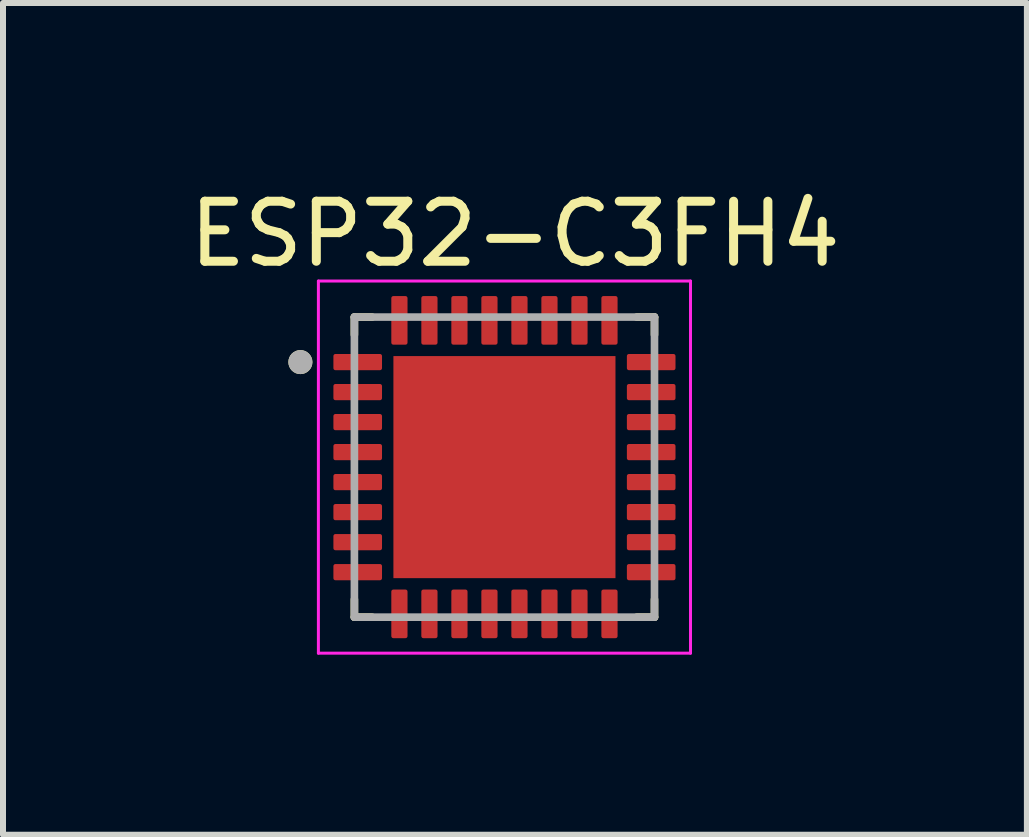
<source format=kicad_pcb>
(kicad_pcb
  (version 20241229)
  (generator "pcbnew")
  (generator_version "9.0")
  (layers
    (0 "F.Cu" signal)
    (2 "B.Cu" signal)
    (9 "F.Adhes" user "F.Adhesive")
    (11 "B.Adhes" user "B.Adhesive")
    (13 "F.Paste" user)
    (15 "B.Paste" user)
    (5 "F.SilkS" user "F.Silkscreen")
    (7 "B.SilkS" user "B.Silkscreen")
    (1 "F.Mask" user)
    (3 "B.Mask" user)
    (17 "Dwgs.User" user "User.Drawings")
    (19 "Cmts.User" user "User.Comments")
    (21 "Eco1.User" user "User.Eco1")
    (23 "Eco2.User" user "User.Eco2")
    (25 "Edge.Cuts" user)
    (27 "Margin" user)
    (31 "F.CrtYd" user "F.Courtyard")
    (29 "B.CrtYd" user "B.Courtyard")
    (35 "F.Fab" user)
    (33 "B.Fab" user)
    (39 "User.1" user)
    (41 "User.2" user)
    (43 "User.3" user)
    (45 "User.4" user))
  (footprint "ESP32-C3FH4"
    (layer "F.Cu")
    (at 5.355 4.733)
    (property "Reference" "ESP32-C3FH4" (at 0.175 -3.885 0) (layer "F.SilkS") (effects (font (size 1 1) (thickness 0.15))))
    (attr smd)
    (fp_poly (pts (xy -1.9 -1.9) (xy 1.9 -1.9) (xy 1.9 1.9) (xy -1.9 1.9)) (stroke (width 0.01) (type solid)) (fill yes) (layer "F.Mask"))
    (fp_poly (pts (xy -2.816 -1.935) (xy -2.074 -1.935) (xy -2.07 -1.935) (xy -2.065 -1.935) (xy -2.061 -1.934) (xy -2.057 -1.933) (xy -2.052 -1.932) (xy -2.048 -1.931) (xy -2.044 -1.929) (xy -2.04 -1.928) (xy -2.036 -1.926) (xy -2.032 -1.924) (xy -2.028 -1.921) (xy -2.025 -1.919) (xy -2.021 -1.916) (xy -2.018 -1.913) (xy -2.015 -1.91) (xy -2.012 -1.907) (xy -2.009 -1.904) (xy -2.006 -1.9) (xy -2.004 -1.897) (xy -2.001 -1.893) (xy -1.999 -1.889) (xy -1.997 -1.885) (xy -1.996 -1.881) (xy -1.994 -1.877) (xy -1.993 -1.873) (xy -1.992 -1.868) (xy -1.991 -1.864) (xy -1.99 -1.86) (xy -1.99 -1.855) (xy -1.99 -1.851) (xy -1.99 -1.649) (xy -1.99 -1.645) (xy -1.99 -1.64) (xy -1.991 -1.636) (xy -1.992 -1.632) (xy -1.993 -1.627) (xy -1.994 -1.623) (xy -1.996 -1.619) (xy -1.997 -1.615) (xy -1.999 -1.611) (xy -2.001 -1.607) (xy -2.004 -1.603) (xy -2.006 -1.6) (xy -2.009 -1.596) (xy -2.012 -1.593) (xy -2.015 -1.59) (xy -2.018 -1.587) (xy -2.021 -1.584) (xy -2.025 -1.581) (xy -2.028 -1.579) (xy -2.032 -1.576) (xy -2.036 -1.574) (xy -2.04 -1.572) (xy -2.044 -1.571) (xy -2.048 -1.569) (xy -2.052 -1.568) (xy -2.057 -1.567) (xy -2.061 -1.566) (xy -2.065 -1.565) (xy -2.07 -1.565) (xy -2.074 -1.565) (xy -2.816 -1.565) (xy -2.82 -1.565) (xy -2.825 -1.565) (xy -2.829 -1.566) (xy -2.833 -1.567) (xy -2.838 -1.568) (xy -2.842 -1.569) (xy -2.846 -1.571) (xy -2.85 -1.572) (xy -2.854 -1.574) (xy -2.858 -1.576) (xy -2.862 -1.579) (xy -2.865 -1.581) (xy -2.869 -1.584) (xy -2.872 -1.587) (xy -2.875 -1.59) (xy -2.878 -1.593) (xy -2.881 -1.596) (xy -2.884 -1.6) (xy -2.886 -1.603) (xy -2.889 -1.607) (xy -2.891 -1.611) (xy -2.893 -1.615) (xy -2.894 -1.619) (xy -2.896 -1.623) (xy -2.897 -1.627) (xy -2.898 -1.632) (xy -2.899 -1.636) (xy -2.9 -1.64) (xy -2.9 -1.645) (xy -2.9 -1.649) (xy -2.9 -1.851) (xy -2.9 -1.855) (xy -2.9 -1.86) (xy -2.899 -1.864) (xy -2.898 -1.868) (xy -2.897 -1.873) (xy -2.896 -1.877) (xy -2.894 -1.881) (xy -2.893 -1.885) (xy -2.891 -1.889) (xy -2.889 -1.893) (xy -2.886 -1.897) (xy -2.884 -1.9) (xy -2.881 -1.904) (xy -2.878 -1.907) (xy -2.875 -1.91) (xy -2.872 -1.913) (xy -2.869 -1.916) (xy -2.865 -1.919) (xy -2.862 -1.921) (xy -2.858 -1.924) (xy -2.854 -1.926) (xy -2.85 -1.928) (xy -2.846 -1.929) (xy -2.842 -1.931) (xy -2.838 -1.932) (xy -2.833 -1.933) (xy -2.829 -1.934) (xy -2.825 -1.935) (xy -2.82 -1.935) (xy -2.816 -1.935)) (stroke (width 0.01) (type solid)) (fill yes) (layer "F.Mask"))
    (fp_poly (pts (xy -2.816 -1.435) (xy -2.074 -1.435) (xy -2.07 -1.435) (xy -2.065 -1.435) (xy -2.061 -1.434) (xy -2.057 -1.433) (xy -2.052 -1.432) (xy -2.048 -1.431) (xy -2.044 -1.429) (xy -2.04 -1.428) (xy -2.036 -1.426) (xy -2.032 -1.424) (xy -2.028 -1.421) (xy -2.025 -1.419) (xy -2.021 -1.416) (xy -2.018 -1.413) (xy -2.015 -1.41) (xy -2.012 -1.407) (xy -2.009 -1.404) (xy -2.006 -1.4) (xy -2.004 -1.397) (xy -2.001 -1.393) (xy -1.999 -1.389) (xy -1.997 -1.385) (xy -1.996 -1.381) (xy -1.994 -1.377) (xy -1.993 -1.373) (xy -1.992 -1.368) (xy -1.991 -1.364) (xy -1.99 -1.36) (xy -1.99 -1.355) (xy -1.99 -1.351) (xy -1.99 -1.149) (xy -1.99 -1.145) (xy -1.99 -1.14) (xy -1.991 -1.136) (xy -1.992 -1.132) (xy -1.993 -1.127) (xy -1.994 -1.123) (xy -1.996 -1.119) (xy -1.997 -1.115) (xy -1.999 -1.111) (xy -2.001 -1.107) (xy -2.004 -1.103) (xy -2.006 -1.1) (xy -2.009 -1.096) (xy -2.012 -1.093) (xy -2.015 -1.09) (xy -2.018 -1.087) (xy -2.021 -1.084) (xy -2.025 -1.081) (xy -2.028 -1.079) (xy -2.032 -1.076) (xy -2.036 -1.074) (xy -2.04 -1.072) (xy -2.044 -1.071) (xy -2.048 -1.069) (xy -2.052 -1.068) (xy -2.057 -1.067) (xy -2.061 -1.066) (xy -2.065 -1.065) (xy -2.07 -1.065) (xy -2.074 -1.065) (xy -2.816 -1.065) (xy -2.82 -1.065) (xy -2.825 -1.065) (xy -2.829 -1.066) (xy -2.833 -1.067) (xy -2.838 -1.068) (xy -2.842 -1.069) (xy -2.846 -1.071) (xy -2.85 -1.072) (xy -2.854 -1.074) (xy -2.858 -1.076) (xy -2.862 -1.079) (xy -2.865 -1.081) (xy -2.869 -1.084) (xy -2.872 -1.087) (xy -2.875 -1.09) (xy -2.878 -1.093) (xy -2.881 -1.096) (xy -2.884 -1.1) (xy -2.886 -1.103) (xy -2.889 -1.107) (xy -2.891 -1.111) (xy -2.893 -1.115) (xy -2.894 -1.119) (xy -2.896 -1.123) (xy -2.897 -1.127) (xy -2.898 -1.132) (xy -2.899 -1.136) (xy -2.9 -1.14) (xy -2.9 -1.145) (xy -2.9 -1.149) (xy -2.9 -1.351) (xy -2.9 -1.355) (xy -2.9 -1.36) (xy -2.899 -1.364) (xy -2.898 -1.368) (xy -2.897 -1.373) (xy -2.896 -1.377) (xy -2.894 -1.381) (xy -2.893 -1.385) (xy -2.891 -1.389) (xy -2.889 -1.393) (xy -2.886 -1.397) (xy -2.884 -1.4) (xy -2.881 -1.404) (xy -2.878 -1.407) (xy -2.875 -1.41) (xy -2.872 -1.413) (xy -2.869 -1.416) (xy -2.865 -1.419) (xy -2.862 -1.421) (xy -2.858 -1.424) (xy -2.854 -1.426) (xy -2.85 -1.428) (xy -2.846 -1.429) (xy -2.842 -1.431) (xy -2.838 -1.432) (xy -2.833 -1.433) (xy -2.829 -1.434) (xy -2.825 -1.435) (xy -2.82 -1.435) (xy -2.816 -1.435)) (stroke (width 0.01) (type solid)) (fill yes) (layer "F.Mask"))
    (fp_poly (pts (xy -2.816 -0.935) (xy -2.074 -0.935) (xy -2.07 -0.935) (xy -2.065 -0.935) (xy -2.061 -0.934) (xy -2.057 -0.933) (xy -2.052 -0.932) (xy -2.048 -0.931) (xy -2.044 -0.929) (xy -2.04 -0.928) (xy -2.036 -0.926) (xy -2.032 -0.924) (xy -2.028 -0.921) (xy -2.025 -0.919) (xy -2.021 -0.916) (xy -2.018 -0.913) (xy -2.015 -0.91) (xy -2.012 -0.907) (xy -2.009 -0.904) (xy -2.006 -0.9) (xy -2.004 -0.897) (xy -2.001 -0.893) (xy -1.999 -0.889) (xy -1.997 -0.885) (xy -1.996 -0.881) (xy -1.994 -0.877) (xy -1.993 -0.873) (xy -1.992 -0.868) (xy -1.991 -0.864) (xy -1.99 -0.86) (xy -1.99 -0.855) (xy -1.99 -0.851) (xy -1.99 -0.649) (xy -1.99 -0.645) (xy -1.99 -0.64) (xy -1.991 -0.636) (xy -1.992 -0.632) (xy -1.993 -0.627) (xy -1.994 -0.623) (xy -1.996 -0.619) (xy -1.997 -0.615) (xy -1.999 -0.611) (xy -2.001 -0.607) (xy -2.004 -0.603) (xy -2.006 -0.6) (xy -2.009 -0.596) (xy -2.012 -0.593) (xy -2.015 -0.59) (xy -2.018 -0.587) (xy -2.021 -0.584) (xy -2.025 -0.581) (xy -2.028 -0.579) (xy -2.032 -0.576) (xy -2.036 -0.574) (xy -2.04 -0.572) (xy -2.044 -0.571) (xy -2.048 -0.569) (xy -2.052 -0.568) (xy -2.057 -0.567) (xy -2.061 -0.566) (xy -2.065 -0.565) (xy -2.07 -0.565) (xy -2.074 -0.565) (xy -2.816 -0.565) (xy -2.82 -0.565) (xy -2.825 -0.565) (xy -2.829 -0.566) (xy -2.833 -0.567) (xy -2.838 -0.568) (xy -2.842 -0.569) (xy -2.846 -0.571) (xy -2.85 -0.572) (xy -2.854 -0.574) (xy -2.858 -0.576) (xy -2.862 -0.579) (xy -2.865 -0.581) (xy -2.869 -0.584) (xy -2.872 -0.587) (xy -2.875 -0.59) (xy -2.878 -0.593) (xy -2.881 -0.596) (xy -2.884 -0.6) (xy -2.886 -0.603) (xy -2.889 -0.607) (xy -2.891 -0.611) (xy -2.893 -0.615) (xy -2.894 -0.619) (xy -2.896 -0.623) (xy -2.897 -0.627) (xy -2.898 -0.632) (xy -2.899 -0.636) (xy -2.9 -0.64) (xy -2.9 -0.645) (xy -2.9 -0.649) (xy -2.9 -0.851) (xy -2.9 -0.855) (xy -2.9 -0.86) (xy -2.899 -0.864) (xy -2.898 -0.868) (xy -2.897 -0.873) (xy -2.896 -0.877) (xy -2.894 -0.881) (xy -2.893 -0.885) (xy -2.891 -0.889) (xy -2.889 -0.893) (xy -2.886 -0.897) (xy -2.884 -0.9) (xy -2.881 -0.904) (xy -2.878 -0.907) (xy -2.875 -0.91) (xy -2.872 -0.913) (xy -2.869 -0.916) (xy -2.865 -0.919) (xy -2.862 -0.921) (xy -2.858 -0.924) (xy -2.854 -0.926) (xy -2.85 -0.928) (xy -2.846 -0.929) (xy -2.842 -0.931) (xy -2.838 -0.932) (xy -2.833 -0.933) (xy -2.829 -0.934) (xy -2.825 -0.935) (xy -2.82 -0.935) (xy -2.816 -0.935)) (stroke (width 0.01) (type solid)) (fill yes) (layer "F.Mask"))
    (fp_poly (pts (xy -2.816 -0.435) (xy -2.074 -0.435) (xy -2.07 -0.435) (xy -2.065 -0.435) (xy -2.061 -0.434) (xy -2.057 -0.433) (xy -2.052 -0.432) (xy -2.048 -0.431) (xy -2.044 -0.429) (xy -2.04 -0.428) (xy -2.036 -0.426) (xy -2.032 -0.424) (xy -2.028 -0.421) (xy -2.025 -0.419) (xy -2.021 -0.416) (xy -2.018 -0.413) (xy -2.015 -0.41) (xy -2.012 -0.407) (xy -2.009 -0.404) (xy -2.006 -0.4) (xy -2.004 -0.397) (xy -2.001 -0.393) (xy -1.999 -0.389) (xy -1.997 -0.385) (xy -1.996 -0.381) (xy -1.994 -0.377) (xy -1.993 -0.373) (xy -1.992 -0.368) (xy -1.991 -0.364) (xy -1.99 -0.36) (xy -1.99 -0.355) (xy -1.99 -0.351) (xy -1.99 -0.149) (xy -1.99 -0.145) (xy -1.99 -0.14) (xy -1.991 -0.136) (xy -1.992 -0.132) (xy -1.993 -0.127) (xy -1.994 -0.123) (xy -1.996 -0.119) (xy -1.997 -0.115) (xy -1.999 -0.111) (xy -2.001 -0.107) (xy -2.004 -0.103) (xy -2.006 -0.1) (xy -2.009 -0.096) (xy -2.012 -0.093) (xy -2.015 -0.09) (xy -2.018 -0.087) (xy -2.021 -0.084) (xy -2.025 -0.081) (xy -2.028 -0.079) (xy -2.032 -0.076) (xy -2.036 -0.074) (xy -2.04 -0.072) (xy -2.044 -0.071) (xy -2.048 -0.069) (xy -2.052 -0.068) (xy -2.057 -0.067) (xy -2.061 -0.066) (xy -2.065 -0.065) (xy -2.07 -0.065) (xy -2.074 -0.065) (xy -2.816 -0.065) (xy -2.82 -0.065) (xy -2.825 -0.065) (xy -2.829 -0.066) (xy -2.833 -0.067) (xy -2.838 -0.068) (xy -2.842 -0.069) (xy -2.846 -0.071) (xy -2.85 -0.072) (xy -2.854 -0.074) (xy -2.858 -0.076) (xy -2.862 -0.079) (xy -2.865 -0.081) (xy -2.869 -0.084) (xy -2.872 -0.087) (xy -2.875 -0.09) (xy -2.878 -0.093) (xy -2.881 -0.096) (xy -2.884 -0.1) (xy -2.886 -0.103) (xy -2.889 -0.107) (xy -2.891 -0.111) (xy -2.893 -0.115) (xy -2.894 -0.119) (xy -2.896 -0.123) (xy -2.897 -0.127) (xy -2.898 -0.132) (xy -2.899 -0.136) (xy -2.9 -0.14) (xy -2.9 -0.145) (xy -2.9 -0.149) (xy -2.9 -0.351) (xy -2.9 -0.355) (xy -2.9 -0.36) (xy -2.899 -0.364) (xy -2.898 -0.368) (xy -2.897 -0.373) (xy -2.896 -0.377) (xy -2.894 -0.381) (xy -2.893 -0.385) (xy -2.891 -0.389) (xy -2.889 -0.393) (xy -2.886 -0.397) (xy -2.884 -0.4) (xy -2.881 -0.404) (xy -2.878 -0.407) (xy -2.875 -0.41) (xy -2.872 -0.413) (xy -2.869 -0.416) (xy -2.865 -0.419) (xy -2.862 -0.421) (xy -2.858 -0.424) (xy -2.854 -0.426) (xy -2.85 -0.428) (xy -2.846 -0.429) (xy -2.842 -0.431) (xy -2.838 -0.432) (xy -2.833 -0.433) (xy -2.829 -0.434) (xy -2.825 -0.435) (xy -2.82 -0.435) (xy -2.816 -0.435)) (stroke (width 0.01) (type solid)) (fill yes) (layer "F.Mask"))
    (fp_poly (pts (xy -2.816 0.065) (xy -2.074 0.065) (xy -2.07 0.065) (xy -2.065 0.065) (xy -2.061 0.066) (xy -2.057 0.067) (xy -2.052 0.068) (xy -2.048 0.069) (xy -2.044 0.071) (xy -2.04 0.072) (xy -2.036 0.074) (xy -2.032 0.076) (xy -2.028 0.079) (xy -2.025 0.081) (xy -2.021 0.084) (xy -2.018 0.087) (xy -2.015 0.09) (xy -2.012 0.093) (xy -2.009 0.096) (xy -2.006 0.1) (xy -2.004 0.103) (xy -2.001 0.107) (xy -1.999 0.111) (xy -1.997 0.115) (xy -1.996 0.119) (xy -1.994 0.123) (xy -1.993 0.127) (xy -1.992 0.132) (xy -1.991 0.136) (xy -1.99 0.14) (xy -1.99 0.145) (xy -1.99 0.149) (xy -1.99 0.351) (xy -1.99 0.355) (xy -1.99 0.36) (xy -1.991 0.364) (xy -1.992 0.368) (xy -1.993 0.373) (xy -1.994 0.377) (xy -1.996 0.381) (xy -1.997 0.385) (xy -1.999 0.389) (xy -2.001 0.393) (xy -2.004 0.397) (xy -2.006 0.4) (xy -2.009 0.404) (xy -2.012 0.407) (xy -2.015 0.41) (xy -2.018 0.413) (xy -2.021 0.416) (xy -2.025 0.419) (xy -2.028 0.421) (xy -2.032 0.424) (xy -2.036 0.426) (xy -2.04 0.428) (xy -2.044 0.429) (xy -2.048 0.431) (xy -2.052 0.432) (xy -2.057 0.433) (xy -2.061 0.434) (xy -2.065 0.435) (xy -2.07 0.435) (xy -2.074 0.435) (xy -2.816 0.435) (xy -2.82 0.435) (xy -2.825 0.435) (xy -2.829 0.434) (xy -2.833 0.433) (xy -2.838 0.432) (xy -2.842 0.431) (xy -2.846 0.429) (xy -2.85 0.428) (xy -2.854 0.426) (xy -2.858 0.424) (xy -2.862 0.421) (xy -2.865 0.419) (xy -2.869 0.416) (xy -2.872 0.413) (xy -2.875 0.41) (xy -2.878 0.407) (xy -2.881 0.404) (xy -2.884 0.4) (xy -2.886 0.397) (xy -2.889 0.393) (xy -2.891 0.389) (xy -2.893 0.385) (xy -2.894 0.381) (xy -2.896 0.377) (xy -2.897 0.373) (xy -2.898 0.368) (xy -2.899 0.364) (xy -2.9 0.36) (xy -2.9 0.355) (xy -2.9 0.351) (xy -2.9 0.149) (xy -2.9 0.145) (xy -2.9 0.14) (xy -2.899 0.136) (xy -2.898 0.132) (xy -2.897 0.127) (xy -2.896 0.123) (xy -2.894 0.119) (xy -2.893 0.115) (xy -2.891 0.111) (xy -2.889 0.107) (xy -2.886 0.103) (xy -2.884 0.1) (xy -2.881 0.096) (xy -2.878 0.093) (xy -2.875 0.09) (xy -2.872 0.087) (xy -2.869 0.084) (xy -2.865 0.081) (xy -2.862 0.079) (xy -2.858 0.076) (xy -2.854 0.074) (xy -2.85 0.072) (xy -2.846 0.071) (xy -2.842 0.069) (xy -2.838 0.068) (xy -2.833 0.067) (xy -2.829 0.066) (xy -2.825 0.065) (xy -2.82 0.065) (xy -2.816 0.065)) (stroke (width 0.01) (type solid)) (fill yes) (layer "F.Mask"))
    (fp_poly (pts (xy -2.816 0.565) (xy -2.074 0.565) (xy -2.07 0.565) (xy -2.065 0.565) (xy -2.061 0.566) (xy -2.057 0.567) (xy -2.052 0.568) (xy -2.048 0.569) (xy -2.044 0.571) (xy -2.04 0.572) (xy -2.036 0.574) (xy -2.032 0.576) (xy -2.028 0.579) (xy -2.025 0.581) (xy -2.021 0.584) (xy -2.018 0.587) (xy -2.015 0.59) (xy -2.012 0.593) (xy -2.009 0.596) (xy -2.006 0.6) (xy -2.004 0.603) (xy -2.001 0.607) (xy -1.999 0.611) (xy -1.997 0.615) (xy -1.996 0.619) (xy -1.994 0.623) (xy -1.993 0.627) (xy -1.992 0.632) (xy -1.991 0.636) (xy -1.99 0.64) (xy -1.99 0.645) (xy -1.99 0.649) (xy -1.99 0.851) (xy -1.99 0.855) (xy -1.99 0.86) (xy -1.991 0.864) (xy -1.992 0.868) (xy -1.993 0.873) (xy -1.994 0.877) (xy -1.996 0.881) (xy -1.997 0.885) (xy -1.999 0.889) (xy -2.001 0.893) (xy -2.004 0.897) (xy -2.006 0.9) (xy -2.009 0.904) (xy -2.012 0.907) (xy -2.015 0.91) (xy -2.018 0.913) (xy -2.021 0.916) (xy -2.025 0.919) (xy -2.028 0.921) (xy -2.032 0.924) (xy -2.036 0.926) (xy -2.04 0.928) (xy -2.044 0.929) (xy -2.048 0.931) (xy -2.052 0.932) (xy -2.057 0.933) (xy -2.061 0.934) (xy -2.065 0.935) (xy -2.07 0.935) (xy -2.074 0.935) (xy -2.816 0.935) (xy -2.82 0.935) (xy -2.825 0.935) (xy -2.829 0.934) (xy -2.833 0.933) (xy -2.838 0.932) (xy -2.842 0.931) (xy -2.846 0.929) (xy -2.85 0.928) (xy -2.854 0.926) (xy -2.858 0.924) (xy -2.862 0.921) (xy -2.865 0.919) (xy -2.869 0.916) (xy -2.872 0.913) (xy -2.875 0.91) (xy -2.878 0.907) (xy -2.881 0.904) (xy -2.884 0.9) (xy -2.886 0.897) (xy -2.889 0.893) (xy -2.891 0.889) (xy -2.893 0.885) (xy -2.894 0.881) (xy -2.896 0.877) (xy -2.897 0.873) (xy -2.898 0.868) (xy -2.899 0.864) (xy -2.9 0.86) (xy -2.9 0.855) (xy -2.9 0.851) (xy -2.9 0.649) (xy -2.9 0.645) (xy -2.9 0.64) (xy -2.899 0.636) (xy -2.898 0.632) (xy -2.897 0.627) (xy -2.896 0.623) (xy -2.894 0.619) (xy -2.893 0.615) (xy -2.891 0.611) (xy -2.889 0.607) (xy -2.886 0.603) (xy -2.884 0.6) (xy -2.881 0.596) (xy -2.878 0.593) (xy -2.875 0.59) (xy -2.872 0.587) (xy -2.869 0.584) (xy -2.865 0.581) (xy -2.862 0.579) (xy -2.858 0.576) (xy -2.854 0.574) (xy -2.85 0.572) (xy -2.846 0.571) (xy -2.842 0.569) (xy -2.838 0.568) (xy -2.833 0.567) (xy -2.829 0.566) (xy -2.825 0.565) (xy -2.82 0.565) (xy -2.816 0.565)) (stroke (width 0.01) (type solid)) (fill yes) (layer "F.Mask"))
    (fp_poly (pts (xy -2.816 1.065) (xy -2.074 1.065) (xy -2.07 1.065) (xy -2.065 1.065) (xy -2.061 1.066) (xy -2.057 1.067) (xy -2.052 1.068) (xy -2.048 1.069) (xy -2.044 1.071) (xy -2.04 1.072) (xy -2.036 1.074) (xy -2.032 1.076) (xy -2.028 1.079) (xy -2.025 1.081) (xy -2.021 1.084) (xy -2.018 1.087) (xy -2.015 1.09) (xy -2.012 1.093) (xy -2.009 1.096) (xy -2.006 1.1) (xy -2.004 1.103) (xy -2.001 1.107) (xy -1.999 1.111) (xy -1.997 1.115) (xy -1.996 1.119) (xy -1.994 1.123) (xy -1.993 1.127) (xy -1.992 1.132) (xy -1.991 1.136) (xy -1.99 1.14) (xy -1.99 1.145) (xy -1.99 1.149) (xy -1.99 1.351) (xy -1.99 1.355) (xy -1.99 1.36) (xy -1.991 1.364) (xy -1.992 1.368) (xy -1.993 1.373) (xy -1.994 1.377) (xy -1.996 1.381) (xy -1.997 1.385) (xy -1.999 1.389) (xy -2.001 1.393) (xy -2.004 1.397) (xy -2.006 1.4) (xy -2.009 1.404) (xy -2.012 1.407) (xy -2.015 1.41) (xy -2.018 1.413) (xy -2.021 1.416) (xy -2.025 1.419) (xy -2.028 1.421) (xy -2.032 1.424) (xy -2.036 1.426) (xy -2.04 1.428) (xy -2.044 1.429) (xy -2.048 1.431) (xy -2.052 1.432) (xy -2.057 1.433) (xy -2.061 1.434) (xy -2.065 1.435) (xy -2.07 1.435) (xy -2.074 1.435) (xy -2.816 1.435) (xy -2.82 1.435) (xy -2.825 1.435) (xy -2.829 1.434) (xy -2.833 1.433) (xy -2.838 1.432) (xy -2.842 1.431) (xy -2.846 1.429) (xy -2.85 1.428) (xy -2.854 1.426) (xy -2.858 1.424) (xy -2.862 1.421) (xy -2.865 1.419) (xy -2.869 1.416) (xy -2.872 1.413) (xy -2.875 1.41) (xy -2.878 1.407) (xy -2.881 1.404) (xy -2.884 1.4) (xy -2.886 1.397) (xy -2.889 1.393) (xy -2.891 1.389) (xy -2.893 1.385) (xy -2.894 1.381) (xy -2.896 1.377) (xy -2.897 1.373) (xy -2.898 1.368) (xy -2.899 1.364) (xy -2.9 1.36) (xy -2.9 1.355) (xy -2.9 1.351) (xy -2.9 1.149) (xy -2.9 1.145) (xy -2.9 1.14) (xy -2.899 1.136) (xy -2.898 1.132) (xy -2.897 1.127) (xy -2.896 1.123) (xy -2.894 1.119) (xy -2.893 1.115) (xy -2.891 1.111) (xy -2.889 1.107) (xy -2.886 1.103) (xy -2.884 1.1) (xy -2.881 1.096) (xy -2.878 1.093) (xy -2.875 1.09) (xy -2.872 1.087) (xy -2.869 1.084) (xy -2.865 1.081) (xy -2.862 1.079) (xy -2.858 1.076) (xy -2.854 1.074) (xy -2.85 1.072) (xy -2.846 1.071) (xy -2.842 1.069) (xy -2.838 1.068) (xy -2.833 1.067) (xy -2.829 1.066) (xy -2.825 1.065) (xy -2.82 1.065) (xy -2.816 1.065)) (stroke (width 0.01) (type solid)) (fill yes) (layer "F.Mask"))
    (fp_poly (pts (xy -2.816 1.565) (xy -2.074 1.565) (xy -2.07 1.565) (xy -2.065 1.565) (xy -2.061 1.566) (xy -2.057 1.567) (xy -2.052 1.568) (xy -2.048 1.569) (xy -2.044 1.571) (xy -2.04 1.572) (xy -2.036 1.574) (xy -2.032 1.576) (xy -2.028 1.579) (xy -2.025 1.581) (xy -2.021 1.584) (xy -2.018 1.587) (xy -2.015 1.59) (xy -2.012 1.593) (xy -2.009 1.596) (xy -2.006 1.6) (xy -2.004 1.603) (xy -2.001 1.607) (xy -1.999 1.611) (xy -1.997 1.615) (xy -1.996 1.619) (xy -1.994 1.623) (xy -1.993 1.627) (xy -1.992 1.632) (xy -1.991 1.636) (xy -1.99 1.64) (xy -1.99 1.645) (xy -1.99 1.649) (xy -1.99 1.851) (xy -1.99 1.855) (xy -1.99 1.86) (xy -1.991 1.864) (xy -1.992 1.868) (xy -1.993 1.873) (xy -1.994 1.877) (xy -1.996 1.881) (xy -1.997 1.885) (xy -1.999 1.889) (xy -2.001 1.893) (xy -2.004 1.897) (xy -2.006 1.9) (xy -2.009 1.904) (xy -2.012 1.907) (xy -2.015 1.91) (xy -2.018 1.913) (xy -2.021 1.916) (xy -2.025 1.919) (xy -2.028 1.921) (xy -2.032 1.924) (xy -2.036 1.926) (xy -2.04 1.928) (xy -2.044 1.929) (xy -2.048 1.931) (xy -2.052 1.932) (xy -2.057 1.933) (xy -2.061 1.934) (xy -2.065 1.935) (xy -2.07 1.935) (xy -2.074 1.935) (xy -2.816 1.935) (xy -2.82 1.935) (xy -2.825 1.935) (xy -2.829 1.934) (xy -2.833 1.933) (xy -2.838 1.932) (xy -2.842 1.931) (xy -2.846 1.929) (xy -2.85 1.928) (xy -2.854 1.926) (xy -2.858 1.924) (xy -2.862 1.921) (xy -2.865 1.919) (xy -2.869 1.916) (xy -2.872 1.913) (xy -2.875 1.91) (xy -2.878 1.907) (xy -2.881 1.904) (xy -2.884 1.9) (xy -2.886 1.897) (xy -2.889 1.893) (xy -2.891 1.889) (xy -2.893 1.885) (xy -2.894 1.881) (xy -2.896 1.877) (xy -2.897 1.873) (xy -2.898 1.868) (xy -2.899 1.864) (xy -2.9 1.86) (xy -2.9 1.855) (xy -2.9 1.851) (xy -2.9 1.649) (xy -2.9 1.645) (xy -2.9 1.64) (xy -2.899 1.636) (xy -2.898 1.632) (xy -2.897 1.627) (xy -2.896 1.623) (xy -2.894 1.619) (xy -2.893 1.615) (xy -2.891 1.611) (xy -2.889 1.607) (xy -2.886 1.603) (xy -2.884 1.6) (xy -2.881 1.596) (xy -2.878 1.593) (xy -2.875 1.59) (xy -2.872 1.587) (xy -2.869 1.584) (xy -2.865 1.581) (xy -2.862 1.579) (xy -2.858 1.576) (xy -2.854 1.574) (xy -2.85 1.572) (xy -2.846 1.571) (xy -2.842 1.569) (xy -2.838 1.568) (xy -2.833 1.567) (xy -2.829 1.566) (xy -2.825 1.565) (xy -2.82 1.565) (xy -2.816 1.565)) (stroke (width 0.01) (type solid)) (fill yes) (layer "F.Mask"))
    (fp_poly (pts (xy -1.935 2.816) (xy -1.935 2.074) (xy -1.935 2.07) (xy -1.935 2.065) (xy -1.934 2.061) (xy -1.933 2.057) (xy -1.932 2.052) (xy -1.931 2.048) (xy -1.929 2.044) (xy -1.928 2.04) (xy -1.926 2.036) (xy -1.924 2.032) (xy -1.921 2.028) (xy -1.919 2.025) (xy -1.916 2.021) (xy -1.913 2.018) (xy -1.91 2.015) (xy -1.907 2.012) (xy -1.904 2.009) (xy -1.9 2.006) (xy -1.897 2.004) (xy -1.893 2.001) (xy -1.889 1.999) (xy -1.885 1.997) (xy -1.881 1.996) (xy -1.877 1.994) (xy -1.873 1.993) (xy -1.868 1.992) (xy -1.864 1.991) (xy -1.86 1.99) (xy -1.855 1.99) (xy -1.851 1.99) (xy -1.649 1.99) (xy -1.645 1.99) (xy -1.64 1.99) (xy -1.636 1.991) (xy -1.632 1.992) (xy -1.627 1.993) (xy -1.623 1.994) (xy -1.619 1.996) (xy -1.615 1.997) (xy -1.611 1.999) (xy -1.607 2.001) (xy -1.603 2.004) (xy -1.6 2.006) (xy -1.596 2.009) (xy -1.593 2.012) (xy -1.59 2.015) (xy -1.587 2.018) (xy -1.584 2.021) (xy -1.581 2.025) (xy -1.579 2.028) (xy -1.576 2.032) (xy -1.574 2.036) (xy -1.572 2.04) (xy -1.571 2.044) (xy -1.569 2.048) (xy -1.568 2.052) (xy -1.567 2.057) (xy -1.566 2.061) (xy -1.565 2.065) (xy -1.565 2.07) (xy -1.565 2.074) (xy -1.565 2.816) (xy -1.565 2.82) (xy -1.565 2.825) (xy -1.566 2.829) (xy -1.567 2.833) (xy -1.568 2.838) (xy -1.569 2.842) (xy -1.571 2.846) (xy -1.572 2.85) (xy -1.574 2.854) (xy -1.576 2.858) (xy -1.579 2.862) (xy -1.581 2.865) (xy -1.584 2.869) (xy -1.587 2.872) (xy -1.59 2.875) (xy -1.593 2.878) (xy -1.596 2.881) (xy -1.6 2.884) (xy -1.603 2.886) (xy -1.607 2.889) (xy -1.611 2.891) (xy -1.615 2.893) (xy -1.619 2.894) (xy -1.623 2.896) (xy -1.627 2.897) (xy -1.632 2.898) (xy -1.636 2.899) (xy -1.64 2.9) (xy -1.645 2.9) (xy -1.649 2.9) (xy -1.851 2.9) (xy -1.855 2.9) (xy -1.86 2.9) (xy -1.864 2.899) (xy -1.868 2.898) (xy -1.873 2.897) (xy -1.877 2.896) (xy -1.881 2.894) (xy -1.885 2.893) (xy -1.889 2.891) (xy -1.893 2.889) (xy -1.897 2.886) (xy -1.9 2.884) (xy -1.904 2.881) (xy -1.907 2.878) (xy -1.91 2.875) (xy -1.913 2.872) (xy -1.916 2.869) (xy -1.919 2.865) (xy -1.921 2.862) (xy -1.924 2.858) (xy -1.926 2.854) (xy -1.928 2.85) (xy -1.929 2.846) (xy -1.931 2.842) (xy -1.932 2.838) (xy -1.933 2.833) (xy -1.934 2.829) (xy -1.935 2.825) (xy -1.935 2.82) (xy -1.935 2.816)) (stroke (width 0.01) (type solid)) (fill yes) (layer "F.Mask"))
    (fp_poly (pts (xy -1.565 -2.816) (xy -1.565 -2.074) (xy -1.565 -2.07) (xy -1.565 -2.065) (xy -1.566 -2.061) (xy -1.567 -2.057) (xy -1.568 -2.052) (xy -1.569 -2.048) (xy -1.571 -2.044) (xy -1.572 -2.04) (xy -1.574 -2.036) (xy -1.576 -2.032) (xy -1.579 -2.028) (xy -1.581 -2.025) (xy -1.584 -2.021) (xy -1.587 -2.018) (xy -1.59 -2.015) (xy -1.593 -2.012) (xy -1.596 -2.009) (xy -1.6 -2.006) (xy -1.603 -2.004) (xy -1.607 -2.001) (xy -1.611 -1.999) (xy -1.615 -1.997) (xy -1.619 -1.996) (xy -1.623 -1.994) (xy -1.627 -1.993) (xy -1.632 -1.992) (xy -1.636 -1.991) (xy -1.64 -1.99) (xy -1.645 -1.99) (xy -1.649 -1.99) (xy -1.851 -1.99) (xy -1.855 -1.99) (xy -1.86 -1.99) (xy -1.864 -1.991) (xy -1.868 -1.992) (xy -1.873 -1.993) (xy -1.877 -1.994) (xy -1.881 -1.996) (xy -1.885 -1.997) (xy -1.889 -1.999) (xy -1.893 -2.001) (xy -1.897 -2.004) (xy -1.9 -2.006) (xy -1.904 -2.009) (xy -1.907 -2.012) (xy -1.91 -2.015) (xy -1.913 -2.018) (xy -1.916 -2.021) (xy -1.919 -2.025) (xy -1.921 -2.028) (xy -1.924 -2.032) (xy -1.926 -2.036) (xy -1.928 -2.04) (xy -1.929 -2.044) (xy -1.931 -2.048) (xy -1.932 -2.052) (xy -1.933 -2.057) (xy -1.934 -2.061) (xy -1.935 -2.065) (xy -1.935 -2.07) (xy -1.935 -2.074) (xy -1.935 -2.816) (xy -1.935 -2.82) (xy -1.935 -2.825) (xy -1.934 -2.829) (xy -1.933 -2.833) (xy -1.932 -2.838) (xy -1.931 -2.842) (xy -1.929 -2.846) (xy -1.928 -2.85) (xy -1.926 -2.854) (xy -1.924 -2.858) (xy -1.921 -2.862) (xy -1.919 -2.865) (xy -1.916 -2.869) (xy -1.913 -2.872) (xy -1.91 -2.875) (xy -1.907 -2.878) (xy -1.904 -2.881) (xy -1.9 -2.884) (xy -1.897 -2.886) (xy -1.893 -2.889) (xy -1.889 -2.891) (xy -1.885 -2.893) (xy -1.881 -2.894) (xy -1.877 -2.896) (xy -1.873 -2.897) (xy -1.868 -2.898) (xy -1.864 -2.899) (xy -1.86 -2.9) (xy -1.855 -2.9) (xy -1.851 -2.9) (xy -1.649 -2.9) (xy -1.645 -2.9) (xy -1.64 -2.9) (xy -1.636 -2.899) (xy -1.632 -2.898) (xy -1.627 -2.897) (xy -1.623 -2.896) (xy -1.619 -2.894) (xy -1.615 -2.893) (xy -1.611 -2.891) (xy -1.607 -2.889) (xy -1.603 -2.886) (xy -1.6 -2.884) (xy -1.596 -2.881) (xy -1.593 -2.878) (xy -1.59 -2.875) (xy -1.587 -2.872) (xy -1.584 -2.869) (xy -1.581 -2.865) (xy -1.579 -2.862) (xy -1.576 -2.858) (xy -1.574 -2.854) (xy -1.572 -2.85) (xy -1.571 -2.846) (xy -1.569 -2.842) (xy -1.568 -2.838) (xy -1.567 -2.833) (xy -1.566 -2.829) (xy -1.565 -2.825) (xy -1.565 -2.82) (xy -1.565 -2.816)) (stroke (width 0.01) (type solid)) (fill yes) (layer "F.Mask"))
    (fp_poly (pts (xy -1.435 2.816) (xy -1.435 2.074) (xy -1.435 2.07) (xy -1.435 2.065) (xy -1.434 2.061) (xy -1.433 2.057) (xy -1.432 2.052) (xy -1.431 2.048) (xy -1.429 2.044) (xy -1.428 2.04) (xy -1.426 2.036) (xy -1.424 2.032) (xy -1.421 2.028) (xy -1.419 2.025) (xy -1.416 2.021) (xy -1.413 2.018) (xy -1.41 2.015) (xy -1.407 2.012) (xy -1.404 2.009) (xy -1.4 2.006) (xy -1.397 2.004) (xy -1.393 2.001) (xy -1.389 1.999) (xy -1.385 1.997) (xy -1.381 1.996) (xy -1.377 1.994) (xy -1.373 1.993) (xy -1.368 1.992) (xy -1.364 1.991) (xy -1.36 1.99) (xy -1.355 1.99) (xy -1.351 1.99) (xy -1.149 1.99) (xy -1.145 1.99) (xy -1.14 1.99) (xy -1.136 1.991) (xy -1.132 1.992) (xy -1.127 1.993) (xy -1.123 1.994) (xy -1.119 1.996) (xy -1.115 1.997) (xy -1.111 1.999) (xy -1.107 2.001) (xy -1.103 2.004) (xy -1.1 2.006) (xy -1.096 2.009) (xy -1.093 2.012) (xy -1.09 2.015) (xy -1.087 2.018) (xy -1.084 2.021) (xy -1.081 2.025) (xy -1.079 2.028) (xy -1.076 2.032) (xy -1.074 2.036) (xy -1.072 2.04) (xy -1.071 2.044) (xy -1.069 2.048) (xy -1.068 2.052) (xy -1.067 2.057) (xy -1.066 2.061) (xy -1.065 2.065) (xy -1.065 2.07) (xy -1.065 2.074) (xy -1.065 2.816) (xy -1.065 2.82) (xy -1.065 2.825) (xy -1.066 2.829) (xy -1.067 2.833) (xy -1.068 2.838) (xy -1.069 2.842) (xy -1.071 2.846) (xy -1.072 2.85) (xy -1.074 2.854) (xy -1.076 2.858) (xy -1.079 2.862) (xy -1.081 2.865) (xy -1.084 2.869) (xy -1.087 2.872) (xy -1.09 2.875) (xy -1.093 2.878) (xy -1.096 2.881) (xy -1.1 2.884) (xy -1.103 2.886) (xy -1.107 2.889) (xy -1.111 2.891) (xy -1.115 2.893) (xy -1.119 2.894) (xy -1.123 2.896) (xy -1.127 2.897) (xy -1.132 2.898) (xy -1.136 2.899) (xy -1.14 2.9) (xy -1.145 2.9) (xy -1.149 2.9) (xy -1.351 2.9) (xy -1.355 2.9) (xy -1.36 2.9) (xy -1.364 2.899) (xy -1.368 2.898) (xy -1.373 2.897) (xy -1.377 2.896) (xy -1.381 2.894) (xy -1.385 2.893) (xy -1.389 2.891) (xy -1.393 2.889) (xy -1.397 2.886) (xy -1.4 2.884) (xy -1.404 2.881) (xy -1.407 2.878) (xy -1.41 2.875) (xy -1.413 2.872) (xy -1.416 2.869) (xy -1.419 2.865) (xy -1.421 2.862) (xy -1.424 2.858) (xy -1.426 2.854) (xy -1.428 2.85) (xy -1.429 2.846) (xy -1.431 2.842) (xy -1.432 2.838) (xy -1.433 2.833) (xy -1.434 2.829) (xy -1.435 2.825) (xy -1.435 2.82) (xy -1.435 2.816)) (stroke (width 0.01) (type solid)) (fill yes) (layer "F.Mask"))
    (fp_poly (pts (xy -1.065 -2.816) (xy -1.065 -2.074) (xy -1.065 -2.07) (xy -1.065 -2.065) (xy -1.066 -2.061) (xy -1.067 -2.057) (xy -1.068 -2.052) (xy -1.069 -2.048) (xy -1.071 -2.044) (xy -1.072 -2.04) (xy -1.074 -2.036) (xy -1.076 -2.032) (xy -1.079 -2.028) (xy -1.081 -2.025) (xy -1.084 -2.021) (xy -1.087 -2.018) (xy -1.09 -2.015) (xy -1.093 -2.012) (xy -1.096 -2.009) (xy -1.1 -2.006) (xy -1.103 -2.004) (xy -1.107 -2.001) (xy -1.111 -1.999) (xy -1.115 -1.997) (xy -1.119 -1.996) (xy -1.123 -1.994) (xy -1.127 -1.993) (xy -1.132 -1.992) (xy -1.136 -1.991) (xy -1.14 -1.99) (xy -1.145 -1.99) (xy -1.149 -1.99) (xy -1.351 -1.99) (xy -1.355 -1.99) (xy -1.36 -1.99) (xy -1.364 -1.991) (xy -1.368 -1.992) (xy -1.373 -1.993) (xy -1.377 -1.994) (xy -1.381 -1.996) (xy -1.385 -1.997) (xy -1.389 -1.999) (xy -1.393 -2.001) (xy -1.397 -2.004) (xy -1.4 -2.006) (xy -1.404 -2.009) (xy -1.407 -2.012) (xy -1.41 -2.015) (xy -1.413 -2.018) (xy -1.416 -2.021) (xy -1.419 -2.025) (xy -1.421 -2.028) (xy -1.424 -2.032) (xy -1.426 -2.036) (xy -1.428 -2.04) (xy -1.429 -2.044) (xy -1.431 -2.048) (xy -1.432 -2.052) (xy -1.433 -2.057) (xy -1.434 -2.061) (xy -1.435 -2.065) (xy -1.435 -2.07) (xy -1.435 -2.074) (xy -1.435 -2.816) (xy -1.435 -2.82) (xy -1.435 -2.825) (xy -1.434 -2.829) (xy -1.433 -2.833) (xy -1.432 -2.838) (xy -1.431 -2.842) (xy -1.429 -2.846) (xy -1.428 -2.85) (xy -1.426 -2.854) (xy -1.424 -2.858) (xy -1.421 -2.862) (xy -1.419 -2.865) (xy -1.416 -2.869) (xy -1.413 -2.872) (xy -1.41 -2.875) (xy -1.407 -2.878) (xy -1.404 -2.881) (xy -1.4 -2.884) (xy -1.397 -2.886) (xy -1.393 -2.889) (xy -1.389 -2.891) (xy -1.385 -2.893) (xy -1.381 -2.894) (xy -1.377 -2.896) (xy -1.373 -2.897) (xy -1.368 -2.898) (xy -1.364 -2.899) (xy -1.36 -2.9) (xy -1.355 -2.9) (xy -1.351 -2.9) (xy -1.149 -2.9) (xy -1.145 -2.9) (xy -1.14 -2.9) (xy -1.136 -2.899) (xy -1.132 -2.898) (xy -1.127 -2.897) (xy -1.123 -2.896) (xy -1.119 -2.894) (xy -1.115 -2.893) (xy -1.111 -2.891) (xy -1.107 -2.889) (xy -1.103 -2.886) (xy -1.1 -2.884) (xy -1.096 -2.881) (xy -1.093 -2.878) (xy -1.09 -2.875) (xy -1.087 -2.872) (xy -1.084 -2.869) (xy -1.081 -2.865) (xy -1.079 -2.862) (xy -1.076 -2.858) (xy -1.074 -2.854) (xy -1.072 -2.85) (xy -1.071 -2.846) (xy -1.069 -2.842) (xy -1.068 -2.838) (xy -1.067 -2.833) (xy -1.066 -2.829) (xy -1.065 -2.825) (xy -1.065 -2.82) (xy -1.065 -2.816)) (stroke (width 0.01) (type solid)) (fill yes) (layer "F.Mask"))
    (fp_poly (pts (xy -0.935 2.816) (xy -0.935 2.074) (xy -0.935 2.07) (xy -0.935 2.065) (xy -0.934 2.061) (xy -0.933 2.057) (xy -0.932 2.052) (xy -0.931 2.048) (xy -0.929 2.044) (xy -0.928 2.04) (xy -0.926 2.036) (xy -0.924 2.032) (xy -0.921 2.028) (xy -0.919 2.025) (xy -0.916 2.021) (xy -0.913 2.018) (xy -0.91 2.015) (xy -0.907 2.012) (xy -0.904 2.009) (xy -0.9 2.006) (xy -0.897 2.004) (xy -0.893 2.001) (xy -0.889 1.999) (xy -0.885 1.997) (xy -0.881 1.996) (xy -0.877 1.994) (xy -0.873 1.993) (xy -0.868 1.992) (xy -0.864 1.991) (xy -0.86 1.99) (xy -0.855 1.99) (xy -0.851 1.99) (xy -0.649 1.99) (xy -0.645 1.99) (xy -0.64 1.99) (xy -0.636 1.991) (xy -0.632 1.992) (xy -0.627 1.993) (xy -0.623 1.994) (xy -0.619 1.996) (xy -0.615 1.997) (xy -0.611 1.999) (xy -0.607 2.001) (xy -0.603 2.004) (xy -0.6 2.006) (xy -0.596 2.009) (xy -0.593 2.012) (xy -0.59 2.015) (xy -0.587 2.018) (xy -0.584 2.021) (xy -0.581 2.025) (xy -0.579 2.028) (xy -0.576 2.032) (xy -0.574 2.036) (xy -0.572 2.04) (xy -0.571 2.044) (xy -0.569 2.048) (xy -0.568 2.052) (xy -0.567 2.057) (xy -0.566 2.061) (xy -0.565 2.065) (xy -0.565 2.07) (xy -0.565 2.074) (xy -0.565 2.816) (xy -0.565 2.82) (xy -0.565 2.825) (xy -0.566 2.829) (xy -0.567 2.833) (xy -0.568 2.838) (xy -0.569 2.842) (xy -0.571 2.846) (xy -0.572 2.85) (xy -0.574 2.854) (xy -0.576 2.858) (xy -0.579 2.862) (xy -0.581 2.865) (xy -0.584 2.869) (xy -0.587 2.872) (xy -0.59 2.875) (xy -0.593 2.878) (xy -0.596 2.881) (xy -0.6 2.884) (xy -0.603 2.886) (xy -0.607 2.889) (xy -0.611 2.891) (xy -0.615 2.893) (xy -0.619 2.894) (xy -0.623 2.896) (xy -0.627 2.897) (xy -0.632 2.898) (xy -0.636 2.899) (xy -0.64 2.9) (xy -0.645 2.9) (xy -0.649 2.9) (xy -0.851 2.9) (xy -0.855 2.9) (xy -0.86 2.9) (xy -0.864 2.899) (xy -0.868 2.898) (xy -0.873 2.897) (xy -0.877 2.896) (xy -0.881 2.894) (xy -0.885 2.893) (xy -0.889 2.891) (xy -0.893 2.889) (xy -0.897 2.886) (xy -0.9 2.884) (xy -0.904 2.881) (xy -0.907 2.878) (xy -0.91 2.875) (xy -0.913 2.872) (xy -0.916 2.869) (xy -0.919 2.865) (xy -0.921 2.862) (xy -0.924 2.858) (xy -0.926 2.854) (xy -0.928 2.85) (xy -0.929 2.846) (xy -0.931 2.842) (xy -0.932 2.838) (xy -0.933 2.833) (xy -0.934 2.829) (xy -0.935 2.825) (xy -0.935 2.82) (xy -0.935 2.816)) (stroke (width 0.01) (type solid)) (fill yes) (layer "F.Mask"))
    (fp_poly (pts (xy -0.565 -2.816) (xy -0.565 -2.074) (xy -0.565 -2.07) (xy -0.565 -2.065) (xy -0.566 -2.061) (xy -0.567 -2.057) (xy -0.568 -2.052) (xy -0.569 -2.048) (xy -0.571 -2.044) (xy -0.572 -2.04) (xy -0.574 -2.036) (xy -0.576 -2.032) (xy -0.579 -2.028) (xy -0.581 -2.025) (xy -0.584 -2.021) (xy -0.587 -2.018) (xy -0.59 -2.015) (xy -0.593 -2.012) (xy -0.596 -2.009) (xy -0.6 -2.006) (xy -0.603 -2.004) (xy -0.607 -2.001) (xy -0.611 -1.999) (xy -0.615 -1.997) (xy -0.619 -1.996) (xy -0.623 -1.994) (xy -0.627 -1.993) (xy -0.632 -1.992) (xy -0.636 -1.991) (xy -0.64 -1.99) (xy -0.645 -1.99) (xy -0.649 -1.99) (xy -0.851 -1.99) (xy -0.855 -1.99) (xy -0.86 -1.99) (xy -0.864 -1.991) (xy -0.868 -1.992) (xy -0.873 -1.993) (xy -0.877 -1.994) (xy -0.881 -1.996) (xy -0.885 -1.997) (xy -0.889 -1.999) (xy -0.893 -2.001) (xy -0.897 -2.004) (xy -0.9 -2.006) (xy -0.904 -2.009) (xy -0.907 -2.012) (xy -0.91 -2.015) (xy -0.913 -2.018) (xy -0.916 -2.021) (xy -0.919 -2.025) (xy -0.921 -2.028) (xy -0.924 -2.032) (xy -0.926 -2.036) (xy -0.928 -2.04) (xy -0.929 -2.044) (xy -0.931 -2.048) (xy -0.932 -2.052) (xy -0.933 -2.057) (xy -0.934 -2.061) (xy -0.935 -2.065) (xy -0.935 -2.07) (xy -0.935 -2.074) (xy -0.935 -2.816) (xy -0.935 -2.82) (xy -0.935 -2.825) (xy -0.934 -2.829) (xy -0.933 -2.833) (xy -0.932 -2.838) (xy -0.931 -2.842) (xy -0.929 -2.846) (xy -0.928 -2.85) (xy -0.926 -2.854) (xy -0.924 -2.858) (xy -0.921 -2.862) (xy -0.919 -2.865) (xy -0.916 -2.869) (xy -0.913 -2.872) (xy -0.91 -2.875) (xy -0.907 -2.878) (xy -0.904 -2.881) (xy -0.9 -2.884) (xy -0.897 -2.886) (xy -0.893 -2.889) (xy -0.889 -2.891) (xy -0.885 -2.893) (xy -0.881 -2.894) (xy -0.877 -2.896) (xy -0.873 -2.897) (xy -0.868 -2.898) (xy -0.864 -2.899) (xy -0.86 -2.9) (xy -0.855 -2.9) (xy -0.851 -2.9) (xy -0.649 -2.9) (xy -0.645 -2.9) (xy -0.64 -2.9) (xy -0.636 -2.899) (xy -0.632 -2.898) (xy -0.627 -2.897) (xy -0.623 -2.896) (xy -0.619 -2.894) (xy -0.615 -2.893) (xy -0.611 -2.891) (xy -0.607 -2.889) (xy -0.603 -2.886) (xy -0.6 -2.884) (xy -0.596 -2.881) (xy -0.593 -2.878) (xy -0.59 -2.875) (xy -0.587 -2.872) (xy -0.584 -2.869) (xy -0.581 -2.865) (xy -0.579 -2.862) (xy -0.576 -2.858) (xy -0.574 -2.854) (xy -0.572 -2.85) (xy -0.571 -2.846) (xy -0.569 -2.842) (xy -0.568 -2.838) (xy -0.567 -2.833) (xy -0.566 -2.829) (xy -0.565 -2.825) (xy -0.565 -2.82) (xy -0.565 -2.816)) (stroke (width 0.01) (type solid)) (fill yes) (layer "F.Mask"))
    (fp_poly (pts (xy -0.435 2.816) (xy -0.435 2.074) (xy -0.435 2.07) (xy -0.435 2.065) (xy -0.434 2.061) (xy -0.433 2.057) (xy -0.432 2.052) (xy -0.431 2.048) (xy -0.429 2.044) (xy -0.428 2.04) (xy -0.426 2.036) (xy -0.424 2.032) (xy -0.421 2.028) (xy -0.419 2.025) (xy -0.416 2.021) (xy -0.413 2.018) (xy -0.41 2.015) (xy -0.407 2.012) (xy -0.404 2.009) (xy -0.4 2.006) (xy -0.397 2.004) (xy -0.393 2.001) (xy -0.389 1.999) (xy -0.385 1.997) (xy -0.381 1.996) (xy -0.377 1.994) (xy -0.373 1.993) (xy -0.368 1.992) (xy -0.364 1.991) (xy -0.36 1.99) (xy -0.355 1.99) (xy -0.351 1.99) (xy -0.149 1.99) (xy -0.145 1.99) (xy -0.14 1.99) (xy -0.136 1.991) (xy -0.132 1.992) (xy -0.127 1.993) (xy -0.123 1.994) (xy -0.119 1.996) (xy -0.115 1.997) (xy -0.111 1.999) (xy -0.107 2.001) (xy -0.103 2.004) (xy -0.1 2.006) (xy -0.096 2.009) (xy -0.093 2.012) (xy -0.09 2.015) (xy -0.087 2.018) (xy -0.084 2.021) (xy -0.081 2.025) (xy -0.079 2.028) (xy -0.076 2.032) (xy -0.074 2.036) (xy -0.072 2.04) (xy -0.071 2.044) (xy -0.069 2.048) (xy -0.068 2.052) (xy -0.067 2.057) (xy -0.066 2.061) (xy -0.065 2.065) (xy -0.065 2.07) (xy -0.065 2.074) (xy -0.065 2.816) (xy -0.065 2.82) (xy -0.065 2.825) (xy -0.066 2.829) (xy -0.067 2.833) (xy -0.068 2.838) (xy -0.069 2.842) (xy -0.071 2.846) (xy -0.072 2.85) (xy -0.074 2.854) (xy -0.076 2.858) (xy -0.079 2.862) (xy -0.081 2.865) (xy -0.084 2.869) (xy -0.087 2.872) (xy -0.09 2.875) (xy -0.093 2.878) (xy -0.096 2.881) (xy -0.1 2.884) (xy -0.103 2.886) (xy -0.107 2.889) (xy -0.111 2.891) (xy -0.115 2.893) (xy -0.119 2.894) (xy -0.123 2.896) (xy -0.127 2.897) (xy -0.132 2.898) (xy -0.136 2.899) (xy -0.14 2.9) (xy -0.145 2.9) (xy -0.149 2.9) (xy -0.351 2.9) (xy -0.355 2.9) (xy -0.36 2.9) (xy -0.364 2.899) (xy -0.368 2.898) (xy -0.373 2.897) (xy -0.377 2.896) (xy -0.381 2.894) (xy -0.385 2.893) (xy -0.389 2.891) (xy -0.393 2.889) (xy -0.397 2.886) (xy -0.4 2.884) (xy -0.404 2.881) (xy -0.407 2.878) (xy -0.41 2.875) (xy -0.413 2.872) (xy -0.416 2.869) (xy -0.419 2.865) (xy -0.421 2.862) (xy -0.424 2.858) (xy -0.426 2.854) (xy -0.428 2.85) (xy -0.429 2.846) (xy -0.431 2.842) (xy -0.432 2.838) (xy -0.433 2.833) (xy -0.434 2.829) (xy -0.435 2.825) (xy -0.435 2.82) (xy -0.435 2.816)) (stroke (width 0.01) (type solid)) (fill yes) (layer "F.Mask"))
    (fp_poly (pts (xy -0.065 -2.816) (xy -0.065 -2.074) (xy -0.065 -2.07) (xy -0.065 -2.065) (xy -0.066 -2.061) (xy -0.067 -2.057) (xy -0.068 -2.052) (xy -0.069 -2.048) (xy -0.071 -2.044) (xy -0.072 -2.04) (xy -0.074 -2.036) (xy -0.076 -2.032) (xy -0.079 -2.028) (xy -0.081 -2.025) (xy -0.084 -2.021) (xy -0.087 -2.018) (xy -0.09 -2.015) (xy -0.093 -2.012) (xy -0.096 -2.009) (xy -0.1 -2.006) (xy -0.103 -2.004) (xy -0.107 -2.001) (xy -0.111 -1.999) (xy -0.115 -1.997) (xy -0.119 -1.996) (xy -0.123 -1.994) (xy -0.127 -1.993) (xy -0.132 -1.992) (xy -0.136 -1.991) (xy -0.14 -1.99) (xy -0.145 -1.99) (xy -0.149 -1.99) (xy -0.351 -1.99) (xy -0.355 -1.99) (xy -0.36 -1.99) (xy -0.364 -1.991) (xy -0.368 -1.992) (xy -0.373 -1.993) (xy -0.377 -1.994) (xy -0.381 -1.996) (xy -0.385 -1.997) (xy -0.389 -1.999) (xy -0.393 -2.001) (xy -0.397 -2.004) (xy -0.4 -2.006) (xy -0.404 -2.009) (xy -0.407 -2.012) (xy -0.41 -2.015) (xy -0.413 -2.018) (xy -0.416 -2.021) (xy -0.419 -2.025) (xy -0.421 -2.028) (xy -0.424 -2.032) (xy -0.426 -2.036) (xy -0.428 -2.04) (xy -0.429 -2.044) (xy -0.431 -2.048) (xy -0.432 -2.052) (xy -0.433 -2.057) (xy -0.434 -2.061) (xy -0.435 -2.065) (xy -0.435 -2.07) (xy -0.435 -2.074) (xy -0.435 -2.816) (xy -0.435 -2.82) (xy -0.435 -2.825) (xy -0.434 -2.829) (xy -0.433 -2.833) (xy -0.432 -2.838) (xy -0.431 -2.842) (xy -0.429 -2.846) (xy -0.428 -2.85) (xy -0.426 -2.854) (xy -0.424 -2.858) (xy -0.421 -2.862) (xy -0.419 -2.865) (xy -0.416 -2.869) (xy -0.413 -2.872) (xy -0.41 -2.875) (xy -0.407 -2.878) (xy -0.404 -2.881) (xy -0.4 -2.884) (xy -0.397 -2.886) (xy -0.393 -2.889) (xy -0.389 -2.891) (xy -0.385 -2.893) (xy -0.381 -2.894) (xy -0.377 -2.896) (xy -0.373 -2.897) (xy -0.368 -2.898) (xy -0.364 -2.899) (xy -0.36 -2.9) (xy -0.355 -2.9) (xy -0.351 -2.9) (xy -0.149 -2.9) (xy -0.145 -2.9) (xy -0.14 -2.9) (xy -0.136 -2.899) (xy -0.132 -2.898) (xy -0.127 -2.897) (xy -0.123 -2.896) (xy -0.119 -2.894) (xy -0.115 -2.893) (xy -0.111 -2.891) (xy -0.107 -2.889) (xy -0.103 -2.886) (xy -0.1 -2.884) (xy -0.096 -2.881) (xy -0.093 -2.878) (xy -0.09 -2.875) (xy -0.087 -2.872) (xy -0.084 -2.869) (xy -0.081 -2.865) (xy -0.079 -2.862) (xy -0.076 -2.858) (xy -0.074 -2.854) (xy -0.072 -2.85) (xy -0.071 -2.846) (xy -0.069 -2.842) (xy -0.068 -2.838) (xy -0.067 -2.833) (xy -0.066 -2.829) (xy -0.065 -2.825) (xy -0.065 -2.82) (xy -0.065 -2.816)) (stroke (width 0.01) (type solid)) (fill yes) (layer "F.Mask"))
    (fp_poly (pts (xy 0.065 2.816) (xy 0.065 2.074) (xy 0.065 2.07) (xy 0.065 2.065) (xy 0.066 2.061) (xy 0.067 2.057) (xy 0.068 2.052) (xy 0.069 2.048) (xy 0.071 2.044) (xy 0.072 2.04) (xy 0.074 2.036) (xy 0.076 2.032) (xy 0.079 2.028) (xy 0.081 2.025) (xy 0.084 2.021) (xy 0.087 2.018) (xy 0.09 2.015) (xy 0.093 2.012) (xy 0.096 2.009) (xy 0.1 2.006) (xy 0.103 2.004) (xy 0.107 2.001) (xy 0.111 1.999) (xy 0.115 1.997) (xy 0.119 1.996) (xy 0.123 1.994) (xy 0.127 1.993) (xy 0.132 1.992) (xy 0.136 1.991) (xy 0.14 1.99) (xy 0.145 1.99) (xy 0.149 1.99) (xy 0.351 1.99) (xy 0.355 1.99) (xy 0.36 1.99) (xy 0.364 1.991) (xy 0.368 1.992) (xy 0.373 1.993) (xy 0.377 1.994) (xy 0.381 1.996) (xy 0.385 1.997) (xy 0.389 1.999) (xy 0.393 2.001) (xy 0.397 2.004) (xy 0.4 2.006) (xy 0.404 2.009) (xy 0.407 2.012) (xy 0.41 2.015) (xy 0.413 2.018) (xy 0.416 2.021) (xy 0.419 2.025) (xy 0.421 2.028) (xy 0.424 2.032) (xy 0.426 2.036) (xy 0.428 2.04) (xy 0.429 2.044) (xy 0.431 2.048) (xy 0.432 2.052) (xy 0.433 2.057) (xy 0.434 2.061) (xy 0.435 2.065) (xy 0.435 2.07) (xy 0.435 2.074) (xy 0.435 2.816) (xy 0.435 2.82) (xy 0.435 2.825) (xy 0.434 2.829) (xy 0.433 2.833) (xy 0.432 2.838) (xy 0.431 2.842) (xy 0.429 2.846) (xy 0.428 2.85) (xy 0.426 2.854) (xy 0.424 2.858) (xy 0.421 2.862) (xy 0.419 2.865) (xy 0.416 2.869) (xy 0.413 2.872) (xy 0.41 2.875) (xy 0.407 2.878) (xy 0.404 2.881) (xy 0.4 2.884) (xy 0.397 2.886) (xy 0.393 2.889) (xy 0.389 2.891) (xy 0.385 2.893) (xy 0.381 2.894) (xy 0.377 2.896) (xy 0.373 2.897) (xy 0.368 2.898) (xy 0.364 2.899) (xy 0.36 2.9) (xy 0.355 2.9) (xy 0.351 2.9) (xy 0.149 2.9) (xy 0.145 2.9) (xy 0.14 2.9) (xy 0.136 2.899) (xy 0.132 2.898) (xy 0.127 2.897) (xy 0.123 2.896) (xy 0.119 2.894) (xy 0.115 2.893) (xy 0.111 2.891) (xy 0.107 2.889) (xy 0.103 2.886) (xy 0.1 2.884) (xy 0.096 2.881) (xy 0.093 2.878) (xy 0.09 2.875) (xy 0.087 2.872) (xy 0.084 2.869) (xy 0.081 2.865) (xy 0.079 2.862) (xy 0.076 2.858) (xy 0.074 2.854) (xy 0.072 2.85) (xy 0.071 2.846) (xy 0.069 2.842) (xy 0.068 2.838) (xy 0.067 2.833) (xy 0.066 2.829) (xy 0.065 2.825) (xy 0.065 2.82) (xy 0.065 2.816)) (stroke (width 0.01) (type solid)) (fill yes) (layer "F.Mask"))
    (fp_poly (pts (xy 0.435 -2.816) (xy 0.435 -2.074) (xy 0.435 -2.07) (xy 0.435 -2.065) (xy 0.434 -2.061) (xy 0.433 -2.057) (xy 0.432 -2.052) (xy 0.431 -2.048) (xy 0.429 -2.044) (xy 0.428 -2.04) (xy 0.426 -2.036) (xy 0.424 -2.032) (xy 0.421 -2.028) (xy 0.419 -2.025) (xy 0.416 -2.021) (xy 0.413 -2.018) (xy 0.41 -2.015) (xy 0.407 -2.012) (xy 0.404 -2.009) (xy 0.4 -2.006) (xy 0.397 -2.004) (xy 0.393 -2.001) (xy 0.389 -1.999) (xy 0.385 -1.997) (xy 0.381 -1.996) (xy 0.377 -1.994) (xy 0.373 -1.993) (xy 0.368 -1.992) (xy 0.364 -1.991) (xy 0.36 -1.99) (xy 0.355 -1.99) (xy 0.351 -1.99) (xy 0.149 -1.99) (xy 0.145 -1.99) (xy 0.14 -1.99) (xy 0.136 -1.991) (xy 0.132 -1.992) (xy 0.127 -1.993) (xy 0.123 -1.994) (xy 0.119 -1.996) (xy 0.115 -1.997) (xy 0.111 -1.999) (xy 0.107 -2.001) (xy 0.103 -2.004) (xy 0.1 -2.006) (xy 0.096 -2.009) (xy 0.093 -2.012) (xy 0.09 -2.015) (xy 0.087 -2.018) (xy 0.084 -2.021) (xy 0.081 -2.025) (xy 0.079 -2.028) (xy 0.076 -2.032) (xy 0.074 -2.036) (xy 0.072 -2.04) (xy 0.071 -2.044) (xy 0.069 -2.048) (xy 0.068 -2.052) (xy 0.067 -2.057) (xy 0.066 -2.061) (xy 0.065 -2.065) (xy 0.065 -2.07) (xy 0.065 -2.074) (xy 0.065 -2.816) (xy 0.065 -2.82) (xy 0.065 -2.825) (xy 0.066 -2.829) (xy 0.067 -2.833) (xy 0.068 -2.838) (xy 0.069 -2.842) (xy 0.071 -2.846) (xy 0.072 -2.85) (xy 0.074 -2.854) (xy 0.076 -2.858) (xy 0.079 -2.862) (xy 0.081 -2.865) (xy 0.084 -2.869) (xy 0.087 -2.872) (xy 0.09 -2.875) (xy 0.093 -2.878) (xy 0.096 -2.881) (xy 0.1 -2.884) (xy 0.103 -2.886) (xy 0.107 -2.889) (xy 0.111 -2.891) (xy 0.115 -2.893) (xy 0.119 -2.894) (xy 0.123 -2.896) (xy 0.127 -2.897) (xy 0.132 -2.898) (xy 0.136 -2.899) (xy 0.14 -2.9) (xy 0.145 -2.9) (xy 0.149 -2.9) (xy 0.351 -2.9) (xy 0.355 -2.9) (xy 0.36 -2.9) (xy 0.364 -2.899) (xy 0.368 -2.898) (xy 0.373 -2.897) (xy 0.377 -2.896) (xy 0.381 -2.894) (xy 0.385 -2.893) (xy 0.389 -2.891) (xy 0.393 -2.889) (xy 0.397 -2.886) (xy 0.4 -2.884) (xy 0.404 -2.881) (xy 0.407 -2.878) (xy 0.41 -2.875) (xy 0.413 -2.872) (xy 0.416 -2.869) (xy 0.419 -2.865) (xy 0.421 -2.862) (xy 0.424 -2.858) (xy 0.426 -2.854) (xy 0.428 -2.85) (xy 0.429 -2.846) (xy 0.431 -2.842) (xy 0.432 -2.838) (xy 0.433 -2.833) (xy 0.434 -2.829) (xy 0.435 -2.825) (xy 0.435 -2.82) (xy 0.435 -2.816)) (stroke (width 0.01) (type solid)) (fill yes) (layer "F.Mask"))
    (fp_poly (pts (xy 0.565 2.816) (xy 0.565 2.074) (xy 0.565 2.07) (xy 0.565 2.065) (xy 0.566 2.061) (xy 0.567 2.057) (xy 0.568 2.052) (xy 0.569 2.048) (xy 0.571 2.044) (xy 0.572 2.04) (xy 0.574 2.036) (xy 0.576 2.032) (xy 0.579 2.028) (xy 0.581 2.025) (xy 0.584 2.021) (xy 0.587 2.018) (xy 0.59 2.015) (xy 0.593 2.012) (xy 0.596 2.009) (xy 0.6 2.006) (xy 0.603 2.004) (xy 0.607 2.001) (xy 0.611 1.999) (xy 0.615 1.997) (xy 0.619 1.996) (xy 0.623 1.994) (xy 0.627 1.993) (xy 0.632 1.992) (xy 0.636 1.991) (xy 0.64 1.99) (xy 0.645 1.99) (xy 0.649 1.99) (xy 0.851 1.99) (xy 0.855 1.99) (xy 0.86 1.99) (xy 0.864 1.991) (xy 0.868 1.992) (xy 0.873 1.993) (xy 0.877 1.994) (xy 0.881 1.996) (xy 0.885 1.997) (xy 0.889 1.999) (xy 0.893 2.001) (xy 0.897 2.004) (xy 0.9 2.006) (xy 0.904 2.009) (xy 0.907 2.012) (xy 0.91 2.015) (xy 0.913 2.018) (xy 0.916 2.021) (xy 0.919 2.025) (xy 0.921 2.028) (xy 0.924 2.032) (xy 0.926 2.036) (xy 0.928 2.04) (xy 0.929 2.044) (xy 0.931 2.048) (xy 0.932 2.052) (xy 0.933 2.057) (xy 0.934 2.061) (xy 0.935 2.065) (xy 0.935 2.07) (xy 0.935 2.074) (xy 0.935 2.816) (xy 0.935 2.82) (xy 0.935 2.825) (xy 0.934 2.829) (xy 0.933 2.833) (xy 0.932 2.838) (xy 0.931 2.842) (xy 0.929 2.846) (xy 0.928 2.85) (xy 0.926 2.854) (xy 0.924 2.858) (xy 0.921 2.862) (xy 0.919 2.865) (xy 0.916 2.869) (xy 0.913 2.872) (xy 0.91 2.875) (xy 0.907 2.878) (xy 0.904 2.881) (xy 0.9 2.884) (xy 0.897 2.886) (xy 0.893 2.889) (xy 0.889 2.891) (xy 0.885 2.893) (xy 0.881 2.894) (xy 0.877 2.896) (xy 0.873 2.897) (xy 0.868 2.898) (xy 0.864 2.899) (xy 0.86 2.9) (xy 0.855 2.9) (xy 0.851 2.9) (xy 0.649 2.9) (xy 0.645 2.9) (xy 0.64 2.9) (xy 0.636 2.899) (xy 0.632 2.898) (xy 0.627 2.897) (xy 0.623 2.896) (xy 0.619 2.894) (xy 0.615 2.893) (xy 0.611 2.891) (xy 0.607 2.889) (xy 0.603 2.886) (xy 0.6 2.884) (xy 0.596 2.881) (xy 0.593 2.878) (xy 0.59 2.875) (xy 0.587 2.872) (xy 0.584 2.869) (xy 0.581 2.865) (xy 0.579 2.862) (xy 0.576 2.858) (xy 0.574 2.854) (xy 0.572 2.85) (xy 0.571 2.846) (xy 0.569 2.842) (xy 0.568 2.838) (xy 0.567 2.833) (xy 0.566 2.829) (xy 0.565 2.825) (xy 0.565 2.82) (xy 0.565 2.816)) (stroke (width 0.01) (type solid)) (fill yes) (layer "F.Mask"))
    (fp_poly (pts (xy 0.935 -2.816) (xy 0.935 -2.074) (xy 0.935 -2.07) (xy 0.935 -2.065) (xy 0.934 -2.061) (xy 0.933 -2.057) (xy 0.932 -2.052) (xy 0.931 -2.048) (xy 0.929 -2.044) (xy 0.928 -2.04) (xy 0.926 -2.036) (xy 0.924 -2.032) (xy 0.921 -2.028) (xy 0.919 -2.025) (xy 0.916 -2.021) (xy 0.913 -2.018) (xy 0.91 -2.015) (xy 0.907 -2.012) (xy 0.904 -2.009) (xy 0.9 -2.006) (xy 0.897 -2.004) (xy 0.893 -2.001) (xy 0.889 -1.999) (xy 0.885 -1.997) (xy 0.881 -1.996) (xy 0.877 -1.994) (xy 0.873 -1.993) (xy 0.868 -1.992) (xy 0.864 -1.991) (xy 0.86 -1.99) (xy 0.855 -1.99) (xy 0.851 -1.99) (xy 0.649 -1.99) (xy 0.645 -1.99) (xy 0.64 -1.99) (xy 0.636 -1.991) (xy 0.632 -1.992) (xy 0.627 -1.993) (xy 0.623 -1.994) (xy 0.619 -1.996) (xy 0.615 -1.997) (xy 0.611 -1.999) (xy 0.607 -2.001) (xy 0.603 -2.004) (xy 0.6 -2.006) (xy 0.596 -2.009) (xy 0.593 -2.012) (xy 0.59 -2.015) (xy 0.587 -2.018) (xy 0.584 -2.021) (xy 0.581 -2.025) (xy 0.579 -2.028) (xy 0.576 -2.032) (xy 0.574 -2.036) (xy 0.572 -2.04) (xy 0.571 -2.044) (xy 0.569 -2.048) (xy 0.568 -2.052) (xy 0.567 -2.057) (xy 0.566 -2.061) (xy 0.565 -2.065) (xy 0.565 -2.07) (xy 0.565 -2.074) (xy 0.565 -2.816) (xy 0.565 -2.82) (xy 0.565 -2.825) (xy 0.566 -2.829) (xy 0.567 -2.833) (xy 0.568 -2.838) (xy 0.569 -2.842) (xy 0.571 -2.846) (xy 0.572 -2.85) (xy 0.574 -2.854) (xy 0.576 -2.858) (xy 0.579 -2.862) (xy 0.581 -2.865) (xy 0.584 -2.869) (xy 0.587 -2.872) (xy 0.59 -2.875) (xy 0.593 -2.878) (xy 0.596 -2.881) (xy 0.6 -2.884) (xy 0.603 -2.886) (xy 0.607 -2.889) (xy 0.611 -2.891) (xy 0.615 -2.893) (xy 0.619 -2.894) (xy 0.623 -2.896) (xy 0.627 -2.897) (xy 0.632 -2.898) (xy 0.636 -2.899) (xy 0.64 -2.9) (xy 0.645 -2.9) (xy 0.649 -2.9) (xy 0.851 -2.9) (xy 0.855 -2.9) (xy 0.86 -2.9) (xy 0.864 -2.899) (xy 0.868 -2.898) (xy 0.873 -2.897) (xy 0.877 -2.896) (xy 0.881 -2.894) (xy 0.885 -2.893) (xy 0.889 -2.891) (xy 0.893 -2.889) (xy 0.897 -2.886) (xy 0.9 -2.884) (xy 0.904 -2.881) (xy 0.907 -2.878) (xy 0.91 -2.875) (xy 0.913 -2.872) (xy 0.916 -2.869) (xy 0.919 -2.865) (xy 0.921 -2.862) (xy 0.924 -2.858) (xy 0.926 -2.854) (xy 0.928 -2.85) (xy 0.929 -2.846) (xy 0.931 -2.842) (xy 0.932 -2.838) (xy 0.933 -2.833) (xy 0.934 -2.829) (xy 0.935 -2.825) (xy 0.935 -2.82) (xy 0.935 -2.816)) (stroke (width 0.01) (type solid)) (fill yes) (layer "F.Mask"))
    (fp_poly (pts (xy 1.065 2.816) (xy 1.065 2.074) (xy 1.065 2.07) (xy 1.065 2.065) (xy 1.066 2.061) (xy 1.067 2.057) (xy 1.068 2.052) (xy 1.069 2.048) (xy 1.071 2.044) (xy 1.072 2.04) (xy 1.074 2.036) (xy 1.076 2.032) (xy 1.079 2.028) (xy 1.081 2.025) (xy 1.084 2.021) (xy 1.087 2.018) (xy 1.09 2.015) (xy 1.093 2.012) (xy 1.096 2.009) (xy 1.1 2.006) (xy 1.103 2.004) (xy 1.107 2.001) (xy 1.111 1.999) (xy 1.115 1.997) (xy 1.119 1.996) (xy 1.123 1.994) (xy 1.127 1.993) (xy 1.132 1.992) (xy 1.136 1.991) (xy 1.14 1.99) (xy 1.145 1.99) (xy 1.149 1.99) (xy 1.351 1.99) (xy 1.355 1.99) (xy 1.36 1.99) (xy 1.364 1.991) (xy 1.368 1.992) (xy 1.373 1.993) (xy 1.377 1.994) (xy 1.381 1.996) (xy 1.385 1.997) (xy 1.389 1.999) (xy 1.393 2.001) (xy 1.397 2.004) (xy 1.4 2.006) (xy 1.404 2.009) (xy 1.407 2.012) (xy 1.41 2.015) (xy 1.413 2.018) (xy 1.416 2.021) (xy 1.419 2.025) (xy 1.421 2.028) (xy 1.424 2.032) (xy 1.426 2.036) (xy 1.428 2.04) (xy 1.429 2.044) (xy 1.431 2.048) (xy 1.432 2.052) (xy 1.433 2.057) (xy 1.434 2.061) (xy 1.435 2.065) (xy 1.435 2.07) (xy 1.435 2.074) (xy 1.435 2.816) (xy 1.435 2.82) (xy 1.435 2.825) (xy 1.434 2.829) (xy 1.433 2.833) (xy 1.432 2.838) (xy 1.431 2.842) (xy 1.429 2.846) (xy 1.428 2.85) (xy 1.426 2.854) (xy 1.424 2.858) (xy 1.421 2.862) (xy 1.419 2.865) (xy 1.416 2.869) (xy 1.413 2.872) (xy 1.41 2.875) (xy 1.407 2.878) (xy 1.404 2.881) (xy 1.4 2.884) (xy 1.397 2.886) (xy 1.393 2.889) (xy 1.389 2.891) (xy 1.385 2.893) (xy 1.381 2.894) (xy 1.377 2.896) (xy 1.373 2.897) (xy 1.368 2.898) (xy 1.364 2.899) (xy 1.36 2.9) (xy 1.355 2.9) (xy 1.351 2.9) (xy 1.149 2.9) (xy 1.145 2.9) (xy 1.14 2.9) (xy 1.136 2.899) (xy 1.132 2.898) (xy 1.127 2.897) (xy 1.123 2.896) (xy 1.119 2.894) (xy 1.115 2.893) (xy 1.111 2.891) (xy 1.107 2.889) (xy 1.103 2.886) (xy 1.1 2.884) (xy 1.096 2.881) (xy 1.093 2.878) (xy 1.09 2.875) (xy 1.087 2.872) (xy 1.084 2.869) (xy 1.081 2.865) (xy 1.079 2.862) (xy 1.076 2.858) (xy 1.074 2.854) (xy 1.072 2.85) (xy 1.071 2.846) (xy 1.069 2.842) (xy 1.068 2.838) (xy 1.067 2.833) (xy 1.066 2.829) (xy 1.065 2.825) (xy 1.065 2.82) (xy 1.065 2.816)) (stroke (width 0.01) (type solid)) (fill yes) (layer "F.Mask"))
    (fp_poly (pts (xy 1.435 -2.816) (xy 1.435 -2.074) (xy 1.435 -2.07) (xy 1.435 -2.065) (xy 1.434 -2.061) (xy 1.433 -2.057) (xy 1.432 -2.052) (xy 1.431 -2.048) (xy 1.429 -2.044) (xy 1.428 -2.04) (xy 1.426 -2.036) (xy 1.424 -2.032) (xy 1.421 -2.028) (xy 1.419 -2.025) (xy 1.416 -2.021) (xy 1.413 -2.018) (xy 1.41 -2.015) (xy 1.407 -2.012) (xy 1.404 -2.009) (xy 1.4 -2.006) (xy 1.397 -2.004) (xy 1.393 -2.001) (xy 1.389 -1.999) (xy 1.385 -1.997) (xy 1.381 -1.996) (xy 1.377 -1.994) (xy 1.373 -1.993) (xy 1.368 -1.992) (xy 1.364 -1.991) (xy 1.36 -1.99) (xy 1.355 -1.99) (xy 1.351 -1.99) (xy 1.149 -1.99) (xy 1.145 -1.99) (xy 1.14 -1.99) (xy 1.136 -1.991) (xy 1.132 -1.992) (xy 1.127 -1.993) (xy 1.123 -1.994) (xy 1.119 -1.996) (xy 1.115 -1.997) (xy 1.111 -1.999) (xy 1.107 -2.001) (xy 1.103 -2.004) (xy 1.1 -2.006) (xy 1.096 -2.009) (xy 1.093 -2.012) (xy 1.09 -2.015) (xy 1.087 -2.018) (xy 1.084 -2.021) (xy 1.081 -2.025) (xy 1.079 -2.028) (xy 1.076 -2.032) (xy 1.074 -2.036) (xy 1.072 -2.04) (xy 1.071 -2.044) (xy 1.069 -2.048) (xy 1.068 -2.052) (xy 1.067 -2.057) (xy 1.066 -2.061) (xy 1.065 -2.065) (xy 1.065 -2.07) (xy 1.065 -2.074) (xy 1.065 -2.816) (xy 1.065 -2.82) (xy 1.065 -2.825) (xy 1.066 -2.829) (xy 1.067 -2.833) (xy 1.068 -2.838) (xy 1.069 -2.842) (xy 1.071 -2.846) (xy 1.072 -2.85) (xy 1.074 -2.854) (xy 1.076 -2.858) (xy 1.079 -2.862) (xy 1.081 -2.865) (xy 1.084 -2.869) (xy 1.087 -2.872) (xy 1.09 -2.875) (xy 1.093 -2.878) (xy 1.096 -2.881) (xy 1.1 -2.884) (xy 1.103 -2.886) (xy 1.107 -2.889) (xy 1.111 -2.891) (xy 1.115 -2.893) (xy 1.119 -2.894) (xy 1.123 -2.896) (xy 1.127 -2.897) (xy 1.132 -2.898) (xy 1.136 -2.899) (xy 1.14 -2.9) (xy 1.145 -2.9) (xy 1.149 -2.9) (xy 1.351 -2.9) (xy 1.355 -2.9) (xy 1.36 -2.9) (xy 1.364 -2.899) (xy 1.368 -2.898) (xy 1.373 -2.897) (xy 1.377 -2.896) (xy 1.381 -2.894) (xy 1.385 -2.893) (xy 1.389 -2.891) (xy 1.393 -2.889) (xy 1.397 -2.886) (xy 1.4 -2.884) (xy 1.404 -2.881) (xy 1.407 -2.878) (xy 1.41 -2.875) (xy 1.413 -2.872) (xy 1.416 -2.869) (xy 1.419 -2.865) (xy 1.421 -2.862) (xy 1.424 -2.858) (xy 1.426 -2.854) (xy 1.428 -2.85) (xy 1.429 -2.846) (xy 1.431 -2.842) (xy 1.432 -2.838) (xy 1.433 -2.833) (xy 1.434 -2.829) (xy 1.435 -2.825) (xy 1.435 -2.82) (xy 1.435 -2.816)) (stroke (width 0.01) (type solid)) (fill yes) (layer "F.Mask"))
    (fp_poly (pts (xy 1.565 2.816) (xy 1.565 2.074) (xy 1.565 2.07) (xy 1.565 2.065) (xy 1.566 2.061) (xy 1.567 2.057) (xy 1.568 2.052) (xy 1.569 2.048) (xy 1.571 2.044) (xy 1.572 2.04) (xy 1.574 2.036) (xy 1.576 2.032) (xy 1.579 2.028) (xy 1.581 2.025) (xy 1.584 2.021) (xy 1.587 2.018) (xy 1.59 2.015) (xy 1.593 2.012) (xy 1.596 2.009) (xy 1.6 2.006) (xy 1.603 2.004) (xy 1.607 2.001) (xy 1.611 1.999) (xy 1.615 1.997) (xy 1.619 1.996) (xy 1.623 1.994) (xy 1.627 1.993) (xy 1.632 1.992) (xy 1.636 1.991) (xy 1.64 1.99) (xy 1.645 1.99) (xy 1.649 1.99) (xy 1.851 1.99) (xy 1.855 1.99) (xy 1.86 1.99) (xy 1.864 1.991) (xy 1.868 1.992) (xy 1.873 1.993) (xy 1.877 1.994) (xy 1.881 1.996) (xy 1.885 1.997) (xy 1.889 1.999) (xy 1.893 2.001) (xy 1.897 2.004) (xy 1.9 2.006) (xy 1.904 2.009) (xy 1.907 2.012) (xy 1.91 2.015) (xy 1.913 2.018) (xy 1.916 2.021) (xy 1.919 2.025) (xy 1.921 2.028) (xy 1.924 2.032) (xy 1.926 2.036) (xy 1.928 2.04) (xy 1.929 2.044) (xy 1.931 2.048) (xy 1.932 2.052) (xy 1.933 2.057) (xy 1.934 2.061) (xy 1.935 2.065) (xy 1.935 2.07) (xy 1.935 2.074) (xy 1.935 2.816) (xy 1.935 2.82) (xy 1.935 2.825) (xy 1.934 2.829) (xy 1.933 2.833) (xy 1.932 2.838) (xy 1.931 2.842) (xy 1.929 2.846) (xy 1.928 2.85) (xy 1.926 2.854) (xy 1.924 2.858) (xy 1.921 2.862) (xy 1.919 2.865) (xy 1.916 2.869) (xy 1.913 2.872) (xy 1.91 2.875) (xy 1.907 2.878) (xy 1.904 2.881) (xy 1.9 2.884) (xy 1.897 2.886) (xy 1.893 2.889) (xy 1.889 2.891) (xy 1.885 2.893) (xy 1.881 2.894) (xy 1.877 2.896) (xy 1.873 2.897) (xy 1.868 2.898) (xy 1.864 2.899) (xy 1.86 2.9) (xy 1.855 2.9) (xy 1.851 2.9) (xy 1.649 2.9) (xy 1.645 2.9) (xy 1.64 2.9) (xy 1.636 2.899) (xy 1.632 2.898) (xy 1.627 2.897) (xy 1.623 2.896) (xy 1.619 2.894) (xy 1.615 2.893) (xy 1.611 2.891) (xy 1.607 2.889) (xy 1.603 2.886) (xy 1.6 2.884) (xy 1.596 2.881) (xy 1.593 2.878) (xy 1.59 2.875) (xy 1.587 2.872) (xy 1.584 2.869) (xy 1.581 2.865) (xy 1.579 2.862) (xy 1.576 2.858) (xy 1.574 2.854) (xy 1.572 2.85) (xy 1.571 2.846) (xy 1.569 2.842) (xy 1.568 2.838) (xy 1.567 2.833) (xy 1.566 2.829) (xy 1.565 2.825) (xy 1.565 2.82) (xy 1.565 2.816)) (stroke (width 0.01) (type solid)) (fill yes) (layer "F.Mask"))
    (fp_poly (pts (xy 1.935 -2.816) (xy 1.935 -2.074) (xy 1.935 -2.07) (xy 1.935 -2.065) (xy 1.934 -2.061) (xy 1.933 -2.057) (xy 1.932 -2.052) (xy 1.931 -2.048) (xy 1.929 -2.044) (xy 1.928 -2.04) (xy 1.926 -2.036) (xy 1.924 -2.032) (xy 1.921 -2.028) (xy 1.919 -2.025) (xy 1.916 -2.021) (xy 1.913 -2.018) (xy 1.91 -2.015) (xy 1.907 -2.012) (xy 1.904 -2.009) (xy 1.9 -2.006) (xy 1.897 -2.004) (xy 1.893 -2.001) (xy 1.889 -1.999) (xy 1.885 -1.997) (xy 1.881 -1.996) (xy 1.877 -1.994) (xy 1.873 -1.993) (xy 1.868 -1.992) (xy 1.864 -1.991) (xy 1.86 -1.99) (xy 1.855 -1.99) (xy 1.851 -1.99) (xy 1.649 -1.99) (xy 1.645 -1.99) (xy 1.64 -1.99) (xy 1.636 -1.991) (xy 1.632 -1.992) (xy 1.627 -1.993) (xy 1.623 -1.994) (xy 1.619 -1.996) (xy 1.615 -1.997) (xy 1.611 -1.999) (xy 1.607 -2.001) (xy 1.603 -2.004) (xy 1.6 -2.006) (xy 1.596 -2.009) (xy 1.593 -2.012) (xy 1.59 -2.015) (xy 1.587 -2.018) (xy 1.584 -2.021) (xy 1.581 -2.025) (xy 1.579 -2.028) (xy 1.576 -2.032) (xy 1.574 -2.036) (xy 1.572 -2.04) (xy 1.571 -2.044) (xy 1.569 -2.048) (xy 1.568 -2.052) (xy 1.567 -2.057) (xy 1.566 -2.061) (xy 1.565 -2.065) (xy 1.565 -2.07) (xy 1.565 -2.074) (xy 1.565 -2.816) (xy 1.565 -2.82) (xy 1.565 -2.825) (xy 1.566 -2.829) (xy 1.567 -2.833) (xy 1.568 -2.838) (xy 1.569 -2.842) (xy 1.571 -2.846) (xy 1.572 -2.85) (xy 1.574 -2.854) (xy 1.576 -2.858) (xy 1.579 -2.862) (xy 1.581 -2.865) (xy 1.584 -2.869) (xy 1.587 -2.872) (xy 1.59 -2.875) (xy 1.593 -2.878) (xy 1.596 -2.881) (xy 1.6 -2.884) (xy 1.603 -2.886) (xy 1.607 -2.889) (xy 1.611 -2.891) (xy 1.615 -2.893) (xy 1.619 -2.894) (xy 1.623 -2.896) (xy 1.627 -2.897) (xy 1.632 -2.898) (xy 1.636 -2.899) (xy 1.64 -2.9) (xy 1.645 -2.9) (xy 1.649 -2.9) (xy 1.851 -2.9) (xy 1.855 -2.9) (xy 1.86 -2.9) (xy 1.864 -2.899) (xy 1.868 -2.898) (xy 1.873 -2.897) (xy 1.877 -2.896) (xy 1.881 -2.894) (xy 1.885 -2.893) (xy 1.889 -2.891) (xy 1.893 -2.889) (xy 1.897 -2.886) (xy 1.9 -2.884) (xy 1.904 -2.881) (xy 1.907 -2.878) (xy 1.91 -2.875) (xy 1.913 -2.872) (xy 1.916 -2.869) (xy 1.919 -2.865) (xy 1.921 -2.862) (xy 1.924 -2.858) (xy 1.926 -2.854) (xy 1.928 -2.85) (xy 1.929 -2.846) (xy 1.931 -2.842) (xy 1.932 -2.838) (xy 1.933 -2.833) (xy 1.934 -2.829) (xy 1.935 -2.825) (xy 1.935 -2.82) (xy 1.935 -2.816)) (stroke (width 0.01) (type solid)) (fill yes) (layer "F.Mask"))
    (fp_poly (pts (xy 2.816 -1.565) (xy 2.074 -1.565) (xy 2.07 -1.565) (xy 2.065 -1.565) (xy 2.061 -1.566) (xy 2.057 -1.567) (xy 2.052 -1.568) (xy 2.048 -1.569) (xy 2.044 -1.571) (xy 2.04 -1.572) (xy 2.036 -1.574) (xy 2.032 -1.576) (xy 2.028 -1.579) (xy 2.025 -1.581) (xy 2.021 -1.584) (xy 2.018 -1.587) (xy 2.015 -1.59) (xy 2.012 -1.593) (xy 2.009 -1.596) (xy 2.006 -1.6) (xy 2.004 -1.603) (xy 2.001 -1.607) (xy 1.999 -1.611) (xy 1.997 -1.615) (xy 1.996 -1.619) (xy 1.994 -1.623) (xy 1.993 -1.627) (xy 1.992 -1.632) (xy 1.991 -1.636) (xy 1.99 -1.64) (xy 1.99 -1.645) (xy 1.99 -1.649) (xy 1.99 -1.851) (xy 1.99 -1.855) (xy 1.99 -1.86) (xy 1.991 -1.864) (xy 1.992 -1.868) (xy 1.993 -1.873) (xy 1.994 -1.877) (xy 1.996 -1.881) (xy 1.997 -1.885) (xy 1.999 -1.889) (xy 2.001 -1.893) (xy 2.004 -1.897) (xy 2.006 -1.9) (xy 2.009 -1.904) (xy 2.012 -1.907) (xy 2.015 -1.91) (xy 2.018 -1.913) (xy 2.021 -1.916) (xy 2.025 -1.919) (xy 2.028 -1.921) (xy 2.032 -1.924) (xy 2.036 -1.926) (xy 2.04 -1.928) (xy 2.044 -1.929) (xy 2.048 -1.931) (xy 2.052 -1.932) (xy 2.057 -1.933) (xy 2.061 -1.934) (xy 2.065 -1.935) (xy 2.07 -1.935) (xy 2.074 -1.935) (xy 2.816 -1.935) (xy 2.82 -1.935) (xy 2.825 -1.935) (xy 2.829 -1.934) (xy 2.833 -1.933) (xy 2.838 -1.932) (xy 2.842 -1.931) (xy 2.846 -1.929) (xy 2.85 -1.928) (xy 2.854 -1.926) (xy 2.858 -1.924) (xy 2.862 -1.921) (xy 2.865 -1.919) (xy 2.869 -1.916) (xy 2.872 -1.913) (xy 2.875 -1.91) (xy 2.878 -1.907) (xy 2.881 -1.904) (xy 2.884 -1.9) (xy 2.886 -1.897) (xy 2.889 -1.893) (xy 2.891 -1.889) (xy 2.893 -1.885) (xy 2.894 -1.881) (xy 2.896 -1.877) (xy 2.897 -1.873) (xy 2.898 -1.868) (xy 2.899 -1.864) (xy 2.9 -1.86) (xy 2.9 -1.855) (xy 2.9 -1.851) (xy 2.9 -1.649) (xy 2.9 -1.645) (xy 2.9 -1.64) (xy 2.899 -1.636) (xy 2.898 -1.632) (xy 2.897 -1.627) (xy 2.896 -1.623) (xy 2.894 -1.619) (xy 2.893 -1.615) (xy 2.891 -1.611) (xy 2.889 -1.607) (xy 2.886 -1.603) (xy 2.884 -1.6) (xy 2.881 -1.596) (xy 2.878 -1.593) (xy 2.875 -1.59) (xy 2.872 -1.587) (xy 2.869 -1.584) (xy 2.865 -1.581) (xy 2.862 -1.579) (xy 2.858 -1.576) (xy 2.854 -1.574) (xy 2.85 -1.572) (xy 2.846 -1.571) (xy 2.842 -1.569) (xy 2.838 -1.568) (xy 2.833 -1.567) (xy 2.829 -1.566) (xy 2.825 -1.565) (xy 2.82 -1.565) (xy 2.816 -1.565)) (stroke (width 0.01) (type solid)) (fill yes) (layer "F.Mask"))
    (fp_poly (pts (xy 2.816 -1.065) (xy 2.074 -1.065) (xy 2.07 -1.065) (xy 2.065 -1.065) (xy 2.061 -1.066) (xy 2.057 -1.067) (xy 2.052 -1.068) (xy 2.048 -1.069) (xy 2.044 -1.071) (xy 2.04 -1.072) (xy 2.036 -1.074) (xy 2.032 -1.076) (xy 2.028 -1.079) (xy 2.025 -1.081) (xy 2.021 -1.084) (xy 2.018 -1.087) (xy 2.015 -1.09) (xy 2.012 -1.093) (xy 2.009 -1.096) (xy 2.006 -1.1) (xy 2.004 -1.103) (xy 2.001 -1.107) (xy 1.999 -1.111) (xy 1.997 -1.115) (xy 1.996 -1.119) (xy 1.994 -1.123) (xy 1.993 -1.127) (xy 1.992 -1.132) (xy 1.991 -1.136) (xy 1.99 -1.14) (xy 1.99 -1.145) (xy 1.99 -1.149) (xy 1.99 -1.351) (xy 1.99 -1.355) (xy 1.99 -1.36) (xy 1.991 -1.364) (xy 1.992 -1.368) (xy 1.993 -1.373) (xy 1.994 -1.377) (xy 1.996 -1.381) (xy 1.997 -1.385) (xy 1.999 -1.389) (xy 2.001 -1.393) (xy 2.004 -1.397) (xy 2.006 -1.4) (xy 2.009 -1.404) (xy 2.012 -1.407) (xy 2.015 -1.41) (xy 2.018 -1.413) (xy 2.021 -1.416) (xy 2.025 -1.419) (xy 2.028 -1.421) (xy 2.032 -1.424) (xy 2.036 -1.426) (xy 2.04 -1.428) (xy 2.044 -1.429) (xy 2.048 -1.431) (xy 2.052 -1.432) (xy 2.057 -1.433) (xy 2.061 -1.434) (xy 2.065 -1.435) (xy 2.07 -1.435) (xy 2.074 -1.435) (xy 2.816 -1.435) (xy 2.82 -1.435) (xy 2.825 -1.435) (xy 2.829 -1.434) (xy 2.833 -1.433) (xy 2.838 -1.432) (xy 2.842 -1.431) (xy 2.846 -1.429) (xy 2.85 -1.428) (xy 2.854 -1.426) (xy 2.858 -1.424) (xy 2.862 -1.421) (xy 2.865 -1.419) (xy 2.869 -1.416) (xy 2.872 -1.413) (xy 2.875 -1.41) (xy 2.878 -1.407) (xy 2.881 -1.404) (xy 2.884 -1.4) (xy 2.886 -1.397) (xy 2.889 -1.393) (xy 2.891 -1.389) (xy 2.893 -1.385) (xy 2.894 -1.381) (xy 2.896 -1.377) (xy 2.897 -1.373) (xy 2.898 -1.368) (xy 2.899 -1.364) (xy 2.9 -1.36) (xy 2.9 -1.355) (xy 2.9 -1.351) (xy 2.9 -1.149) (xy 2.9 -1.145) (xy 2.9 -1.14) (xy 2.899 -1.136) (xy 2.898 -1.132) (xy 2.897 -1.127) (xy 2.896 -1.123) (xy 2.894 -1.119) (xy 2.893 -1.115) (xy 2.891 -1.111) (xy 2.889 -1.107) (xy 2.886 -1.103) (xy 2.884 -1.1) (xy 2.881 -1.096) (xy 2.878 -1.093) (xy 2.875 -1.09) (xy 2.872 -1.087) (xy 2.869 -1.084) (xy 2.865 -1.081) (xy 2.862 -1.079) (xy 2.858 -1.076) (xy 2.854 -1.074) (xy 2.85 -1.072) (xy 2.846 -1.071) (xy 2.842 -1.069) (xy 2.838 -1.068) (xy 2.833 -1.067) (xy 2.829 -1.066) (xy 2.825 -1.065) (xy 2.82 -1.065) (xy 2.816 -1.065)) (stroke (width 0.01) (type solid)) (fill yes) (layer "F.Mask"))
    (fp_poly (pts (xy 2.816 -0.565) (xy 2.074 -0.565) (xy 2.07 -0.565) (xy 2.065 -0.565) (xy 2.061 -0.566) (xy 2.057 -0.567) (xy 2.052 -0.568) (xy 2.048 -0.569) (xy 2.044 -0.571) (xy 2.04 -0.572) (xy 2.036 -0.574) (xy 2.032 -0.576) (xy 2.028 -0.579) (xy 2.025 -0.581) (xy 2.021 -0.584) (xy 2.018 -0.587) (xy 2.015 -0.59) (xy 2.012 -0.593) (xy 2.009 -0.596) (xy 2.006 -0.6) (xy 2.004 -0.603) (xy 2.001 -0.607) (xy 1.999 -0.611) (xy 1.997 -0.615) (xy 1.996 -0.619) (xy 1.994 -0.623) (xy 1.993 -0.627) (xy 1.992 -0.632) (xy 1.991 -0.636) (xy 1.99 -0.64) (xy 1.99 -0.645) (xy 1.99 -0.649) (xy 1.99 -0.851) (xy 1.99 -0.855) (xy 1.99 -0.86) (xy 1.991 -0.864) (xy 1.992 -0.868) (xy 1.993 -0.873) (xy 1.994 -0.877) (xy 1.996 -0.881) (xy 1.997 -0.885) (xy 1.999 -0.889) (xy 2.001 -0.893) (xy 2.004 -0.897) (xy 2.006 -0.9) (xy 2.009 -0.904) (xy 2.012 -0.907) (xy 2.015 -0.91) (xy 2.018 -0.913) (xy 2.021 -0.916) (xy 2.025 -0.919) (xy 2.028 -0.921) (xy 2.032 -0.924) (xy 2.036 -0.926) (xy 2.04 -0.928) (xy 2.044 -0.929) (xy 2.048 -0.931) (xy 2.052 -0.932) (xy 2.057 -0.933) (xy 2.061 -0.934) (xy 2.065 -0.935) (xy 2.07 -0.935) (xy 2.074 -0.935) (xy 2.816 -0.935) (xy 2.82 -0.935) (xy 2.825 -0.935) (xy 2.829 -0.934) (xy 2.833 -0.933) (xy 2.838 -0.932) (xy 2.842 -0.931) (xy 2.846 -0.929) (xy 2.85 -0.928) (xy 2.854 -0.926) (xy 2.858 -0.924) (xy 2.862 -0.921) (xy 2.865 -0.919) (xy 2.869 -0.916) (xy 2.872 -0.913) (xy 2.875 -0.91) (xy 2.878 -0.907) (xy 2.881 -0.904) (xy 2.884 -0.9) (xy 2.886 -0.897) (xy 2.889 -0.893) (xy 2.891 -0.889) (xy 2.893 -0.885) (xy 2.894 -0.881) (xy 2.896 -0.877) (xy 2.897 -0.873) (xy 2.898 -0.868) (xy 2.899 -0.864) (xy 2.9 -0.86) (xy 2.9 -0.855) (xy 2.9 -0.851) (xy 2.9 -0.649) (xy 2.9 -0.645) (xy 2.9 -0.64) (xy 2.899 -0.636) (xy 2.898 -0.632) (xy 2.897 -0.627) (xy 2.896 -0.623) (xy 2.894 -0.619) (xy 2.893 -0.615) (xy 2.891 -0.611) (xy 2.889 -0.607) (xy 2.886 -0.603) (xy 2.884 -0.6) (xy 2.881 -0.596) (xy 2.878 -0.593) (xy 2.875 -0.59) (xy 2.872 -0.587) (xy 2.869 -0.584) (xy 2.865 -0.581) (xy 2.862 -0.579) (xy 2.858 -0.576) (xy 2.854 -0.574) (xy 2.85 -0.572) (xy 2.846 -0.571) (xy 2.842 -0.569) (xy 2.838 -0.568) (xy 2.833 -0.567) (xy 2.829 -0.566) (xy 2.825 -0.565) (xy 2.82 -0.565) (xy 2.816 -0.565)) (stroke (width 0.01) (type solid)) (fill yes) (layer "F.Mask"))
    (fp_poly (pts (xy 2.816 -0.065) (xy 2.074 -0.065) (xy 2.07 -0.065) (xy 2.065 -0.065) (xy 2.061 -0.066) (xy 2.057 -0.067) (xy 2.052 -0.068) (xy 2.048 -0.069) (xy 2.044 -0.071) (xy 2.04 -0.072) (xy 2.036 -0.074) (xy 2.032 -0.076) (xy 2.028 -0.079) (xy 2.025 -0.081) (xy 2.021 -0.084) (xy 2.018 -0.087) (xy 2.015 -0.09) (xy 2.012 -0.093) (xy 2.009 -0.096) (xy 2.006 -0.1) (xy 2.004 -0.103) (xy 2.001 -0.107) (xy 1.999 -0.111) (xy 1.997 -0.115) (xy 1.996 -0.119) (xy 1.994 -0.123) (xy 1.993 -0.127) (xy 1.992 -0.132) (xy 1.991 -0.136) (xy 1.99 -0.14) (xy 1.99 -0.145) (xy 1.99 -0.149) (xy 1.99 -0.351) (xy 1.99 -0.355) (xy 1.99 -0.36) (xy 1.991 -0.364) (xy 1.992 -0.368) (xy 1.993 -0.373) (xy 1.994 -0.377) (xy 1.996 -0.381) (xy 1.997 -0.385) (xy 1.999 -0.389) (xy 2.001 -0.393) (xy 2.004 -0.397) (xy 2.006 -0.4) (xy 2.009 -0.404) (xy 2.012 -0.407) (xy 2.015 -0.41) (xy 2.018 -0.413) (xy 2.021 -0.416) (xy 2.025 -0.419) (xy 2.028 -0.421) (xy 2.032 -0.424) (xy 2.036 -0.426) (xy 2.04 -0.428) (xy 2.044 -0.429) (xy 2.048 -0.431) (xy 2.052 -0.432) (xy 2.057 -0.433) (xy 2.061 -0.434) (xy 2.065 -0.435) (xy 2.07 -0.435) (xy 2.074 -0.435) (xy 2.816 -0.435) (xy 2.82 -0.435) (xy 2.825 -0.435) (xy 2.829 -0.434) (xy 2.833 -0.433) (xy 2.838 -0.432) (xy 2.842 -0.431) (xy 2.846 -0.429) (xy 2.85 -0.428) (xy 2.854 -0.426) (xy 2.858 -0.424) (xy 2.862 -0.421) (xy 2.865 -0.419) (xy 2.869 -0.416) (xy 2.872 -0.413) (xy 2.875 -0.41) (xy 2.878 -0.407) (xy 2.881 -0.404) (xy 2.884 -0.4) (xy 2.886 -0.397) (xy 2.889 -0.393) (xy 2.891 -0.389) (xy 2.893 -0.385) (xy 2.894 -0.381) (xy 2.896 -0.377) (xy 2.897 -0.373) (xy 2.898 -0.368) (xy 2.899 -0.364) (xy 2.9 -0.36) (xy 2.9 -0.355) (xy 2.9 -0.351) (xy 2.9 -0.149) (xy 2.9 -0.145) (xy 2.9 -0.14) (xy 2.899 -0.136) (xy 2.898 -0.132) (xy 2.897 -0.127) (xy 2.896 -0.123) (xy 2.894 -0.119) (xy 2.893 -0.115) (xy 2.891 -0.111) (xy 2.889 -0.107) (xy 2.886 -0.103) (xy 2.884 -0.1) (xy 2.881 -0.096) (xy 2.878 -0.093) (xy 2.875 -0.09) (xy 2.872 -0.087) (xy 2.869 -0.084) (xy 2.865 -0.081) (xy 2.862 -0.079) (xy 2.858 -0.076) (xy 2.854 -0.074) (xy 2.85 -0.072) (xy 2.846 -0.071) (xy 2.842 -0.069) (xy 2.838 -0.068) (xy 2.833 -0.067) (xy 2.829 -0.066) (xy 2.825 -0.065) (xy 2.82 -0.065) (xy 2.816 -0.065)) (stroke (width 0.01) (type solid)) (fill yes) (layer "F.Mask"))
    (fp_poly (pts (xy 2.816 0.435) (xy 2.074 0.435) (xy 2.07 0.435) (xy 2.065 0.435) (xy 2.061 0.434) (xy 2.057 0.433) (xy 2.052 0.432) (xy 2.048 0.431) (xy 2.044 0.429) (xy 2.04 0.428) (xy 2.036 0.426) (xy 2.032 0.424) (xy 2.028 0.421) (xy 2.025 0.419) (xy 2.021 0.416) (xy 2.018 0.413) (xy 2.015 0.41) (xy 2.012 0.407) (xy 2.009 0.404) (xy 2.006 0.4) (xy 2.004 0.397) (xy 2.001 0.393) (xy 1.999 0.389) (xy 1.997 0.385) (xy 1.996 0.381) (xy 1.994 0.377) (xy 1.993 0.373) (xy 1.992 0.368) (xy 1.991 0.364) (xy 1.99 0.36) (xy 1.99 0.355) (xy 1.99 0.351) (xy 1.99 0.149) (xy 1.99 0.145) (xy 1.99 0.14) (xy 1.991 0.136) (xy 1.992 0.132) (xy 1.993 0.127) (xy 1.994 0.123) (xy 1.996 0.119) (xy 1.997 0.115) (xy 1.999 0.111) (xy 2.001 0.107) (xy 2.004 0.103) (xy 2.006 0.1) (xy 2.009 0.096) (xy 2.012 0.093) (xy 2.015 0.09) (xy 2.018 0.087) (xy 2.021 0.084) (xy 2.025 0.081) (xy 2.028 0.079) (xy 2.032 0.076) (xy 2.036 0.074) (xy 2.04 0.072) (xy 2.044 0.071) (xy 2.048 0.069) (xy 2.052 0.068) (xy 2.057 0.067) (xy 2.061 0.066) (xy 2.065 0.065) (xy 2.07 0.065) (xy 2.074 0.065) (xy 2.816 0.065) (xy 2.82 0.065) (xy 2.825 0.065) (xy 2.829 0.066) (xy 2.833 0.067) (xy 2.838 0.068) (xy 2.842 0.069) (xy 2.846 0.071) (xy 2.85 0.072) (xy 2.854 0.074) (xy 2.858 0.076) (xy 2.862 0.079) (xy 2.865 0.081) (xy 2.869 0.084) (xy 2.872 0.087) (xy 2.875 0.09) (xy 2.878 0.093) (xy 2.881 0.096) (xy 2.884 0.1) (xy 2.886 0.103) (xy 2.889 0.107) (xy 2.891 0.111) (xy 2.893 0.115) (xy 2.894 0.119) (xy 2.896 0.123) (xy 2.897 0.127) (xy 2.898 0.132) (xy 2.899 0.136) (xy 2.9 0.14) (xy 2.9 0.145) (xy 2.9 0.149) (xy 2.9 0.351) (xy 2.9 0.355) (xy 2.9 0.36) (xy 2.899 0.364) (xy 2.898 0.368) (xy 2.897 0.373) (xy 2.896 0.377) (xy 2.894 0.381) (xy 2.893 0.385) (xy 2.891 0.389) (xy 2.889 0.393) (xy 2.886 0.397) (xy 2.884 0.4) (xy 2.881 0.404) (xy 2.878 0.407) (xy 2.875 0.41) (xy 2.872 0.413) (xy 2.869 0.416) (xy 2.865 0.419) (xy 2.862 0.421) (xy 2.858 0.424) (xy 2.854 0.426) (xy 2.85 0.428) (xy 2.846 0.429) (xy 2.842 0.431) (xy 2.838 0.432) (xy 2.833 0.433) (xy 2.829 0.434) (xy 2.825 0.435) (xy 2.82 0.435) (xy 2.816 0.435)) (stroke (width 0.01) (type solid)) (fill yes) (layer "F.Mask"))
    (fp_poly (pts (xy 2.816 0.935) (xy 2.074 0.935) (xy 2.07 0.935) (xy 2.065 0.935) (xy 2.061 0.934) (xy 2.057 0.933) (xy 2.052 0.932) (xy 2.048 0.931) (xy 2.044 0.929) (xy 2.04 0.928) (xy 2.036 0.926) (xy 2.032 0.924) (xy 2.028 0.921) (xy 2.025 0.919) (xy 2.021 0.916) (xy 2.018 0.913) (xy 2.015 0.91) (xy 2.012 0.907) (xy 2.009 0.904) (xy 2.006 0.9) (xy 2.004 0.897) (xy 2.001 0.893) (xy 1.999 0.889) (xy 1.997 0.885) (xy 1.996 0.881) (xy 1.994 0.877) (xy 1.993 0.873) (xy 1.992 0.868) (xy 1.991 0.864) (xy 1.99 0.86) (xy 1.99 0.855) (xy 1.99 0.851) (xy 1.99 0.649) (xy 1.99 0.645) (xy 1.99 0.64) (xy 1.991 0.636) (xy 1.992 0.632) (xy 1.993 0.627) (xy 1.994 0.623) (xy 1.996 0.619) (xy 1.997 0.615) (xy 1.999 0.611) (xy 2.001 0.607) (xy 2.004 0.603) (xy 2.006 0.6) (xy 2.009 0.596) (xy 2.012 0.593) (xy 2.015 0.59) (xy 2.018 0.587) (xy 2.021 0.584) (xy 2.025 0.581) (xy 2.028 0.579) (xy 2.032 0.576) (xy 2.036 0.574) (xy 2.04 0.572) (xy 2.044 0.571) (xy 2.048 0.569) (xy 2.052 0.568) (xy 2.057 0.567) (xy 2.061 0.566) (xy 2.065 0.565) (xy 2.07 0.565) (xy 2.074 0.565) (xy 2.816 0.565) (xy 2.82 0.565) (xy 2.825 0.565) (xy 2.829 0.566) (xy 2.833 0.567) (xy 2.838 0.568) (xy 2.842 0.569) (xy 2.846 0.571) (xy 2.85 0.572) (xy 2.854 0.574) (xy 2.858 0.576) (xy 2.862 0.579) (xy 2.865 0.581) (xy 2.869 0.584) (xy 2.872 0.587) (xy 2.875 0.59) (xy 2.878 0.593) (xy 2.881 0.596) (xy 2.884 0.6) (xy 2.886 0.603) (xy 2.889 0.607) (xy 2.891 0.611) (xy 2.893 0.615) (xy 2.894 0.619) (xy 2.896 0.623) (xy 2.897 0.627) (xy 2.898 0.632) (xy 2.899 0.636) (xy 2.9 0.64) (xy 2.9 0.645) (xy 2.9 0.649) (xy 2.9 0.851) (xy 2.9 0.855) (xy 2.9 0.86) (xy 2.899 0.864) (xy 2.898 0.868) (xy 2.897 0.873) (xy 2.896 0.877) (xy 2.894 0.881) (xy 2.893 0.885) (xy 2.891 0.889) (xy 2.889 0.893) (xy 2.886 0.897) (xy 2.884 0.9) (xy 2.881 0.904) (xy 2.878 0.907) (xy 2.875 0.91) (xy 2.872 0.913) (xy 2.869 0.916) (xy 2.865 0.919) (xy 2.862 0.921) (xy 2.858 0.924) (xy 2.854 0.926) (xy 2.85 0.928) (xy 2.846 0.929) (xy 2.842 0.931) (xy 2.838 0.932) (xy 2.833 0.933) (xy 2.829 0.934) (xy 2.825 0.935) (xy 2.82 0.935) (xy 2.816 0.935)) (stroke (width 0.01) (type solid)) (fill yes) (layer "F.Mask"))
    (fp_poly (pts (xy 2.816 1.435) (xy 2.074 1.435) (xy 2.07 1.435) (xy 2.065 1.435) (xy 2.061 1.434) (xy 2.057 1.433) (xy 2.052 1.432) (xy 2.048 1.431) (xy 2.044 1.429) (xy 2.04 1.428) (xy 2.036 1.426) (xy 2.032 1.424) (xy 2.028 1.421) (xy 2.025 1.419) (xy 2.021 1.416) (xy 2.018 1.413) (xy 2.015 1.41) (xy 2.012 1.407) (xy 2.009 1.404) (xy 2.006 1.4) (xy 2.004 1.397) (xy 2.001 1.393) (xy 1.999 1.389) (xy 1.997 1.385) (xy 1.996 1.381) (xy 1.994 1.377) (xy 1.993 1.373) (xy 1.992 1.368) (xy 1.991 1.364) (xy 1.99 1.36) (xy 1.99 1.355) (xy 1.99 1.351) (xy 1.99 1.149) (xy 1.99 1.145) (xy 1.99 1.14) (xy 1.991 1.136) (xy 1.992 1.132) (xy 1.993 1.127) (xy 1.994 1.123) (xy 1.996 1.119) (xy 1.997 1.115) (xy 1.999 1.111) (xy 2.001 1.107) (xy 2.004 1.103) (xy 2.006 1.1) (xy 2.009 1.096) (xy 2.012 1.093) (xy 2.015 1.09) (xy 2.018 1.087) (xy 2.021 1.084) (xy 2.025 1.081) (xy 2.028 1.079) (xy 2.032 1.076) (xy 2.036 1.074) (xy 2.04 1.072) (xy 2.044 1.071) (xy 2.048 1.069) (xy 2.052 1.068) (xy 2.057 1.067) (xy 2.061 1.066) (xy 2.065 1.065) (xy 2.07 1.065) (xy 2.074 1.065) (xy 2.816 1.065) (xy 2.82 1.065) (xy 2.825 1.065) (xy 2.829 1.066) (xy 2.833 1.067) (xy 2.838 1.068) (xy 2.842 1.069) (xy 2.846 1.071) (xy 2.85 1.072) (xy 2.854 1.074) (xy 2.858 1.076) (xy 2.862 1.079) (xy 2.865 1.081) (xy 2.869 1.084) (xy 2.872 1.087) (xy 2.875 1.09) (xy 2.878 1.093) (xy 2.881 1.096) (xy 2.884 1.1) (xy 2.886 1.103) (xy 2.889 1.107) (xy 2.891 1.111) (xy 2.893 1.115) (xy 2.894 1.119) (xy 2.896 1.123) (xy 2.897 1.127) (xy 2.898 1.132) (xy 2.899 1.136) (xy 2.9 1.14) (xy 2.9 1.145) (xy 2.9 1.149) (xy 2.9 1.351) (xy 2.9 1.355) (xy 2.9 1.36) (xy 2.899 1.364) (xy 2.898 1.368) (xy 2.897 1.373) (xy 2.896 1.377) (xy 2.894 1.381) (xy 2.893 1.385) (xy 2.891 1.389) (xy 2.889 1.393) (xy 2.886 1.397) (xy 2.884 1.4) (xy 2.881 1.404) (xy 2.878 1.407) (xy 2.875 1.41) (xy 2.872 1.413) (xy 2.869 1.416) (xy 2.865 1.419) (xy 2.862 1.421) (xy 2.858 1.424) (xy 2.854 1.426) (xy 2.85 1.428) (xy 2.846 1.429) (xy 2.842 1.431) (xy 2.838 1.432) (xy 2.833 1.433) (xy 2.829 1.434) (xy 2.825 1.435) (xy 2.82 1.435) (xy 2.816 1.435)) (stroke (width 0.01) (type solid)) (fill yes) (layer "F.Mask"))
    (fp_poly (pts (xy 2.816 1.935) (xy 2.074 1.935) (xy 2.07 1.935) (xy 2.065 1.935) (xy 2.061 1.934) (xy 2.057 1.933) (xy 2.052 1.932) (xy 2.048 1.931) (xy 2.044 1.929) (xy 2.04 1.928) (xy 2.036 1.926) (xy 2.032 1.924) (xy 2.028 1.921) (xy 2.025 1.919) (xy 2.021 1.916) (xy 2.018 1.913) (xy 2.015 1.91) (xy 2.012 1.907) (xy 2.009 1.904) (xy 2.006 1.9) (xy 2.004 1.897) (xy 2.001 1.893) (xy 1.999 1.889) (xy 1.997 1.885) (xy 1.996 1.881) (xy 1.994 1.877) (xy 1.993 1.873) (xy 1.992 1.868) (xy 1.991 1.864) (xy 1.99 1.86) (xy 1.99 1.855) (xy 1.99 1.851) (xy 1.99 1.649) (xy 1.99 1.645) (xy 1.99 1.64) (xy 1.991 1.636) (xy 1.992 1.632) (xy 1.993 1.627) (xy 1.994 1.623) (xy 1.996 1.619) (xy 1.997 1.615) (xy 1.999 1.611) (xy 2.001 1.607) (xy 2.004 1.603) (xy 2.006 1.6) (xy 2.009 1.596) (xy 2.012 1.593) (xy 2.015 1.59) (xy 2.018 1.587) (xy 2.021 1.584) (xy 2.025 1.581) (xy 2.028 1.579) (xy 2.032 1.576) (xy 2.036 1.574) (xy 2.04 1.572) (xy 2.044 1.571) (xy 2.048 1.569) (xy 2.052 1.568) (xy 2.057 1.567) (xy 2.061 1.566) (xy 2.065 1.565) (xy 2.07 1.565) (xy 2.074 1.565) (xy 2.816 1.565) (xy 2.82 1.565) (xy 2.825 1.565) (xy 2.829 1.566) (xy 2.833 1.567) (xy 2.838 1.568) (xy 2.842 1.569) (xy 2.846 1.571) (xy 2.85 1.572) (xy 2.854 1.574) (xy 2.858 1.576) (xy 2.862 1.579) (xy 2.865 1.581) (xy 2.869 1.584) (xy 2.872 1.587) (xy 2.875 1.59) (xy 2.878 1.593) (xy 2.881 1.596) (xy 2.884 1.6) (xy 2.886 1.603) (xy 2.889 1.607) (xy 2.891 1.611) (xy 2.893 1.615) (xy 2.894 1.619) (xy 2.896 1.623) (xy 2.897 1.627) (xy 2.898 1.632) (xy 2.899 1.636) (xy 2.9 1.64) (xy 2.9 1.645) (xy 2.9 1.649) (xy 2.9 1.851) (xy 2.9 1.855) (xy 2.9 1.86) (xy 2.899 1.864) (xy 2.898 1.868) (xy 2.897 1.873) (xy 2.896 1.877) (xy 2.894 1.881) (xy 2.893 1.885) (xy 2.891 1.889) (xy 2.889 1.893) (xy 2.886 1.897) (xy 2.884 1.9) (xy 2.881 1.904) (xy 2.878 1.907) (xy 2.875 1.91) (xy 2.872 1.913) (xy 2.869 1.916) (xy 2.865 1.919) (xy 2.862 1.921) (xy 2.858 1.924) (xy 2.854 1.926) (xy 2.85 1.928) (xy 2.846 1.929) (xy 2.842 1.931) (xy 2.838 1.932) (xy 2.833 1.933) (xy 2.829 1.934) (xy 2.825 1.935) (xy 2.82 1.935) (xy 2.816 1.935)) (stroke (width 0.01) (type solid)) (fill yes) (layer "F.Mask"))
    (fp_line (start -2.5 -2.5) (end -2.5 -2.205) (stroke (width 0.127) (type solid)) (layer "F.SilkS"))
    (fp_line (start -2.5 2.205) (end -2.5 2.5) (stroke (width 0.127) (type solid)) (layer "F.SilkS"))
    (fp_line (start -2.5 2.5) (end -2.205 2.5) (stroke (width 0.127) (type solid)) (layer "F.SilkS"))
    (fp_line (start -2.205 -2.5) (end -2.5 -2.5) (stroke (width 0.127) (type solid)) (layer "F.SilkS"))
    (fp_line (start 2.205 2.5) (end 2.5 2.5) (stroke (width 0.127) (type solid)) (layer "F.SilkS"))
    (fp_line (start 2.5 -2.5) (end 2.205 -2.5) (stroke (width 0.127) (type solid)) (layer "F.SilkS"))
    (fp_line (start 2.5 -2.205) (end 2.5 -2.5) (stroke (width 0.127) (type solid)) (layer "F.SilkS"))
    (fp_line (start 2.5 2.5) (end 2.5 2.205) (stroke (width 0.127) (type solid)) (layer "F.SilkS"))
    (fp_circle (center -3.4 -1.75) (end -3.3 -1.75) (stroke (width 0.2) (type solid)) (fill no) (layer "F.SilkS"))
    (fp_poly (pts (xy -1.17 -1.17) (xy 1.17 -1.17) (xy 1.17 1.17) (xy -1.17 1.17)) (stroke (width 0.01) (type solid)) (fill yes) (layer "F.Paste"))
    (fp_line (start -3.1 -3.1) (end 3.1 -3.1) (stroke (width 0.05) (type solid)) (layer "F.CrtYd"))
    (fp_line (start -3.1 3.1) (end -3.1 -3.1) (stroke (width 0.05) (type solid)) (layer "F.CrtYd"))
    (fp_line (start 3.1 -3.1) (end 3.1 3.1) (stroke (width 0.05) (type solid)) (layer "F.CrtYd"))
    (fp_line (start 3.1 3.1) (end -3.1 3.1) (stroke (width 0.05) (type solid)) (layer "F.CrtYd"))
    (fp_line (start -2.5 -2.5) (end 2.5 -2.5) (stroke (width 0.127) (type solid)) (layer "F.Fab"))
    (fp_line (start -2.5 2.5) (end -2.5 -2.5) (stroke (width 0.127) (type solid)) (layer "F.Fab"))
    (fp_line (start 2.5 -2.5) (end 2.5 2.5) (stroke (width 0.127) (type solid)) (layer "F.Fab"))
    (fp_line (start 2.5 2.5) (end -2.5 2.5) (stroke (width 0.127) (type solid)) (layer "F.Fab"))
    (fp_circle (center -3.4 -1.75) (end -3.3 -1.75) (stroke (width 0.2) (type solid)) (fill no) (layer "F.Fab"))
    (pad "1" smd roundrect (at -2.445 -1.75) (size 0.81 0.27) (layers "F.Cu" "F.Paste") (roundrect_rratio 0.125))
    (pad "2" smd roundrect (at -2.445 -1.25) (size 0.81 0.27) (layers "F.Cu" "F.Paste") (roundrect_rratio 0.125))
    (pad "3" smd roundrect (at -2.445 -0.75) (size 0.81 0.27) (layers "F.Cu" "F.Paste") (roundrect_rratio 0.125))
    (pad "4" smd roundrect (at -2.445 -0.25) (size 0.81 0.27) (layers "F.Cu" "F.Paste") (roundrect_rratio 0.125))
    (pad "5" smd roundrect (at -2.445 0.25) (size 0.81 0.27) (layers "F.Cu" "F.Paste") (roundrect_rratio 0.125))
    (pad "6" smd roundrect (at -2.445 0.75) (size 0.81 0.27) (layers "F.Cu" "F.Paste") (roundrect_rratio 0.125))
    (pad "7" smd roundrect (at -2.445 1.25) (size 0.81 0.27) (layers "F.Cu" "F.Paste") (roundrect_rratio 0.125))
    (pad "8" smd roundrect (at -2.445 1.75) (size 0.81 0.27) (layers "F.Cu" "F.Paste") (roundrect_rratio 0.125))
    (pad "9" smd roundrect (at -1.75 2.445) (size 0.27 0.81) (layers "F.Cu" "F.Paste") (roundrect_rratio 0.125))
    (pad "10" smd roundrect (at -1.25 2.445) (size 0.27 0.81) (layers "F.Cu" "F.Paste") (roundrect_rratio 0.125))
    (pad "11" smd roundrect (at -0.75 2.445) (size 0.27 0.81) (layers "F.Cu" "F.Paste") (roundrect_rratio 0.125))
    (pad "12" smd roundrect (at -0.25 2.445) (size 0.27 0.81) (layers "F.Cu" "F.Paste") (roundrect_rratio 0.125))
    (pad "13" smd roundrect (at 0.25 2.445) (size 0.27 0.81) (layers "F.Cu" "F.Paste") (roundrect_rratio 0.125))
    (pad "14" smd roundrect (at 0.75 2.445) (size 0.27 0.81) (layers "F.Cu" "F.Paste") (roundrect_rratio 0.125))
    (pad "15" smd roundrect (at 1.25 2.445) (size 0.27 0.81) (layers "F.Cu" "F.Paste") (roundrect_rratio 0.125))
    (pad "16" smd roundrect (at 1.75 2.445) (size 0.27 0.81) (layers "F.Cu" "F.Paste") (roundrect_rratio 0.125))
    (pad "17" smd roundrect (at 2.445 1.75) (size 0.81 0.27) (layers "F.Cu" "F.Paste") (roundrect_rratio 0.125))
    (pad "18" smd roundrect (at 2.445 1.25) (size 0.81 0.27) (layers "F.Cu" "F.Paste") (roundrect_rratio 0.125))
    (pad "19" smd roundrect (at 2.445 0.75) (size 0.81 0.27) (layers "F.Cu" "F.Paste") (roundrect_rratio 0.125))
    (pad "20" smd roundrect (at 2.445 0.25) (size 0.81 0.27) (layers "F.Cu" "F.Paste") (roundrect_rratio 0.125))
    (pad "21" smd roundrect (at 2.445 -0.25) (size 0.81 0.27) (layers "F.Cu" "F.Paste") (roundrect_rratio 0.125))
    (pad "22" smd roundrect (at 2.445 -0.75) (size 0.81 0.27) (layers "F.Cu" "F.Paste") (roundrect_rratio 0.125))
    (pad "23" smd roundrect (at 2.445 -1.25) (size 0.81 0.27) (layers "F.Cu" "F.Paste") (roundrect_rratio 0.125))
    (pad "24" smd roundrect (at 2.445 -1.75) (size 0.81 0.27) (layers "F.Cu" "F.Paste") (roundrect_rratio 0.125))
    (pad "25" smd roundrect (at 1.75 -2.445) (size 0.27 0.81) (layers "F.Cu" "F.Paste") (roundrect_rratio 0.125))
    (pad "26" smd roundrect (at 1.25 -2.445) (size 0.27 0.81) (layers "F.Cu" "F.Paste") (roundrect_rratio 0.125))
    (pad "27" smd roundrect (at 0.75 -2.445) (size 0.27 0.81) (layers "F.Cu" "F.Paste") (roundrect_rratio 0.125))
    (pad "28" smd roundrect (at 0.25 -2.445) (size 0.27 0.81) (layers "F.Cu" "F.Paste") (roundrect_rratio 0.125))
    (pad "29" smd roundrect (at -0.25 -2.445) (size 0.27 0.81) (layers "F.Cu" "F.Paste") (roundrect_rratio 0.125))
    (pad "30" smd roundrect (at -0.75 -2.445) (size 0.27 0.81) (layers "F.Cu" "F.Paste") (roundrect_rratio 0.125))
    (pad "31" smd roundrect (at -1.25 -2.445) (size 0.27 0.81) (layers "F.Cu" "F.Paste") (roundrect_rratio 0.125))
    (pad "32" smd roundrect (at -1.75 -2.445) (size 0.27 0.81) (layers "F.Cu" "F.Paste") (roundrect_rratio 0.125))
    (pad "33" smd rect (at 0 0) (size 3.7 3.7) (layers "F.Cu")))
  (gr_rect
    (start -3 -3)
    (end 14.06 10.858)
    (stroke (width 0.1) (type default))
    (fill no)
    (layer "Edge.Cuts")))
</source>
